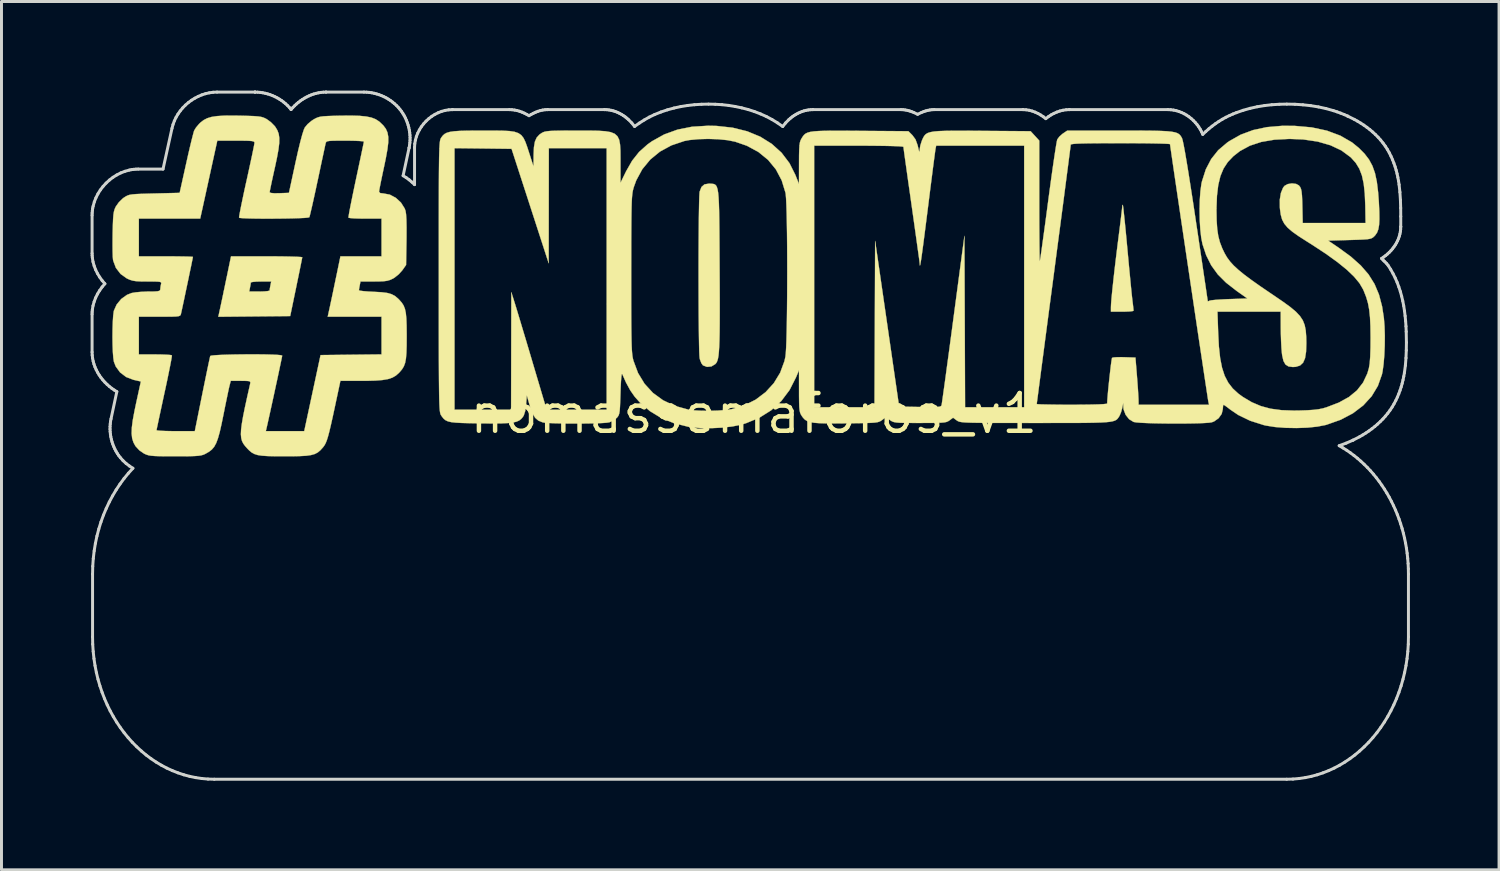
<source format=kicad_pcb>
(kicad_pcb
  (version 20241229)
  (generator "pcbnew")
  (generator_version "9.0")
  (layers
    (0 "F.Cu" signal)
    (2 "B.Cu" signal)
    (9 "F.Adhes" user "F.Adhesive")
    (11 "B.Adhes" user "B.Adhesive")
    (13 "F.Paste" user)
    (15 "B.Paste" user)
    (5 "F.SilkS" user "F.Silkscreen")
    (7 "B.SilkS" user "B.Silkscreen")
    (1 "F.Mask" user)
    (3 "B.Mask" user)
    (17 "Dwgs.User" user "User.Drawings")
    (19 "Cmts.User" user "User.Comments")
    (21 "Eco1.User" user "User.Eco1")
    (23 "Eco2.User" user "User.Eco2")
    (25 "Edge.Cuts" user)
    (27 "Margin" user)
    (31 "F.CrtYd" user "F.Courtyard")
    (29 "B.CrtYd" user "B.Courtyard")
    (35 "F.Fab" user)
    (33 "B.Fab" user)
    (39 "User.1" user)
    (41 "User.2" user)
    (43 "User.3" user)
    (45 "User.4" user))
  (footprint "nomassemaforos_v1"
    (layer "F.Cu")
    (at 22.325 10.871)
    (property "Reference" "nomassemaforos_v1" (at 0 0 0) (layer "F.SilkS") (effects (font (size 1.27 1.27) (thickness 0.15))))
    (attr through_hole)
    (fp_poly (pts (xy 12.423 -7.022) (xy 12.431 -6.977) (xy 12.446 -6.857) (xy 12.466 -6.673) (xy 12.491 -6.434) (xy 12.519 -6.151) (xy 12.549 -5.833) (xy 12.572 -5.586) (xy 12.605 -5.231) (xy 12.637 -4.888) (xy 12.668 -4.569) (xy 12.695 -4.288) (xy 12.718 -4.058) (xy 12.736 -3.892) (xy 12.743 -3.832) (xy 12.763 -3.67) (xy 12.777 -3.542) (xy 12.784 -3.469) (xy 12.785 -3.462) (xy 12.745 -3.447) (xy 12.641 -3.436) (xy 12.489 -3.43) (xy 12.404 -3.429) (xy 12.023 -3.429) (xy 12.023 -3.573) (xy 12.028 -3.696) (xy 12.044 -3.894) (xy 12.07 -4.157) (xy 12.104 -4.476) (xy 12.145 -4.842) (xy 12.193 -5.245) (xy 12.246 -5.676) (xy 12.277 -5.919) (xy 12.313 -6.202) (xy 12.345 -6.458) (xy 12.371 -6.677) (xy 12.391 -6.844) (xy 12.402 -6.948) (xy 12.404 -6.974) (xy 12.413 -7.022) (xy 12.423 -7.022)) (stroke (width 0.01) (type solid)) (fill yes) (layer "F.SilkS"))
    (fp_poly (pts (xy -16.089 -5.291) (xy -15.81 -5.288) (xy -15.571 -5.283) (xy -15.383 -5.277) (xy -15.256 -5.27) (xy -15.201 -5.261) (xy -15.2 -5.26) (xy -15.209 -5.211) (xy -15.233 -5.091) (xy -15.269 -4.913) (xy -15.315 -4.687) (xy -15.369 -4.426) (xy -15.404 -4.255) (xy -15.606 -3.281) (xy -18.026 -3.258) (xy -17.95 -3.608) (xy -17.914 -3.777) (xy -17.866 -4.004) (xy -17.845 -4.106) (xy -16.986 -4.106) (xy -16.642 -4.106) (xy -16.484 -4.111) (xy -16.364 -4.122) (xy -16.302 -4.138) (xy -16.298 -4.143) (xy -16.291 -4.208) (xy -16.272 -4.311) (xy -16.272 -4.313) (xy -16.245 -4.445) (xy -16.589 -4.445) (xy -16.748 -4.441) (xy -16.868 -4.43) (xy -16.929 -4.414) (xy -16.933 -4.408) (xy -16.941 -4.343) (xy -16.96 -4.24) (xy -16.96 -4.239) (xy -16.986 -4.106) (xy -17.845 -4.106) (xy -17.812 -4.263) (xy -17.757 -4.528) (xy -17.736 -4.625) (xy -17.598 -5.292) (xy -16.398 -5.292) (xy -16.089 -5.291)) (stroke (width 0.01) (type solid)) (fill yes) (layer "F.SilkS"))
    (fp_poly (pts (xy -1.461 -7.738) (xy -1.402 -7.734) (xy -1.351 -7.727) (xy -1.308 -7.711) (xy -1.272 -7.679) (xy -1.243 -7.626) (xy -1.219 -7.546) (xy -1.2 -7.432) (xy -1.186 -7.279) (xy -1.175 -7.079) (xy -1.167 -6.828) (xy -1.162 -6.519) (xy -1.158 -6.145) (xy -1.155 -5.702) (xy -1.152 -5.182) (xy -1.151 -4.974) (xy -1.148 -4.378) (xy -1.146 -3.861) (xy -1.146 -3.417) (xy -1.147 -3.04) (xy -1.15 -2.724) (xy -1.156 -2.463) (xy -1.164 -2.251) (xy -1.175 -2.082) (xy -1.188 -1.951) (xy -1.205 -1.852) (xy -1.226 -1.778) (xy -1.25 -1.723) (xy -1.278 -1.683) (xy -1.294 -1.666) (xy -1.425 -1.586) (xy -1.574 -1.57) (xy -1.711 -1.622) (xy -1.711 -1.622) (xy -1.765 -1.696) (xy -1.811 -1.816) (xy -1.823 -1.865) (xy -1.83 -1.946) (xy -1.837 -2.103) (xy -1.842 -2.325) (xy -1.847 -2.604) (xy -1.851 -2.931) (xy -1.855 -3.296) (xy -1.857 -3.692) (xy -1.858 -4.108) (xy -1.859 -4.536) (xy -1.859 -4.967) (xy -1.858 -5.391) (xy -1.856 -5.8) (xy -1.853 -6.185) (xy -1.85 -6.536) (xy -1.845 -6.845) (xy -1.84 -7.103) (xy -1.834 -7.3) (xy -1.827 -7.428) (xy -1.822 -7.471) (xy -1.76 -7.628) (xy -1.659 -7.715) (xy -1.506 -7.74) (xy -1.461 -7.738)) (stroke (width 0.01) (type solid)) (fill yes) (layer "F.SilkS"))
    (fp_poly (pts (xy -17.293 -10.027) (xy -17.026 -10.02) (xy -16.829 -10.013) (xy -16.687 -10.002) (xy -16.583 -9.986) (xy -16.504 -9.963) (xy -16.434 -9.931) (xy -16.394 -9.909) (xy -16.256 -9.808) (xy -16.13 -9.68) (xy -16.101 -9.642) (xy -16.036 -9.532) (xy -15.993 -9.414) (xy -15.973 -9.276) (xy -15.975 -9.105) (xy -16.001 -8.891) (xy -16.05 -8.62) (xy -16.122 -8.28) (xy -16.126 -8.266) (xy -16.18 -8.02) (xy -16.228 -7.801) (xy -16.265 -7.624) (xy -16.29 -7.502) (xy -16.298 -7.449) (xy -16.258 -7.426) (xy -16.141 -7.415) (xy -15.973 -7.417) (xy -15.648 -7.429) (xy -15.426 -8.457) (xy -15.341 -8.837) (xy -15.265 -9.15) (xy -15.2 -9.391) (xy -15.147 -9.556) (xy -15.112 -9.632) (xy -15.02 -9.742) (xy -14.89 -9.852) (xy -14.824 -9.896) (xy -14.747 -9.939) (xy -14.675 -9.97) (xy -14.593 -9.992) (xy -14.485 -10.006) (xy -14.335 -10.015) (xy -14.128 -10.022) (xy -13.923 -10.027) (xy -13.564 -10.03) (xy -13.277 -10.022) (xy -13.051 -10) (xy -12.874 -9.964) (xy -12.734 -9.91) (xy -12.62 -9.837) (xy -12.589 -9.812) (xy -12.472 -9.699) (xy -12.387 -9.586) (xy -12.331 -9.46) (xy -12.304 -9.311) (xy -12.305 -9.126) (xy -12.333 -8.893) (xy -12.386 -8.599) (xy -12.443 -8.324) (xy -12.497 -8.073) (xy -12.544 -7.848) (xy -12.581 -7.663) (xy -12.606 -7.532) (xy -12.615 -7.469) (xy -12.615 -7.467) (xy -12.576 -7.422) (xy -12.465 -7.408) (xy -12.253 -7.369) (xy -12.05 -7.261) (xy -11.877 -7.101) (xy -11.753 -6.904) (xy -11.724 -6.824) (xy -11.706 -6.714) (xy -11.694 -6.527) (xy -11.689 -6.27) (xy -11.69 -5.949) (xy -11.691 -5.835) (xy -11.705 -5.002) (xy -11.832 -4.822) (xy -11.949 -4.691) (xy -12.092 -4.576) (xy -12.146 -4.543) (xy -12.243 -4.498) (xy -12.341 -4.469) (xy -12.464 -4.453) (xy -12.634 -4.446) (xy -12.786 -4.445) (xy -13.24 -4.445) (xy -13.266 -4.313) (xy -13.285 -4.211) (xy -13.293 -4.149) (xy -13.293 -4.149) (xy -13.253 -4.135) (xy -13.145 -4.121) (xy -12.986 -4.108) (xy -12.795 -4.098) (xy -12.536 -4.084) (xy -12.343 -4.06) (xy -12.197 -4.019) (xy -12.08 -3.958) (xy -11.973 -3.868) (xy -11.93 -3.824) (xy -11.849 -3.731) (xy -11.788 -3.636) (xy -11.744 -3.525) (xy -11.714 -3.385) (xy -11.696 -3.202) (xy -11.687 -2.964) (xy -11.684 -2.657) (xy -11.684 -2.603) (xy -11.686 -2.285) (xy -11.694 -2.038) (xy -11.71 -1.848) (xy -11.738 -1.703) (xy -11.781 -1.587) (xy -11.841 -1.489) (xy -11.922 -1.393) (xy -11.95 -1.364) (xy -12.05 -1.276) (xy -12.167 -1.209) (xy -12.313 -1.16) (xy -12.501 -1.128) (xy -12.742 -1.109) (xy -13.049 -1.101) (xy -13.21 -1.101) (xy -13.916 -1.101) (xy -14.094 -0.265) (xy -14.171 0.094) (xy -14.235 0.38) (xy -14.288 0.603) (xy -14.333 0.773) (xy -14.373 0.9) (xy -14.411 0.995) (xy -14.45 1.067) (xy -14.493 1.127) (xy -14.505 1.142) (xy -14.59 1.236) (xy -14.676 1.308) (xy -14.776 1.361) (xy -14.901 1.397) (xy -15.065 1.421) (xy -15.28 1.433) (xy -15.559 1.439) (xy -15.79 1.439) (xy -16.113 1.438) (xy -16.364 1.432) (xy -16.555 1.419) (xy -16.7 1.397) (xy -16.811 1.362) (xy -16.901 1.313) (xy -16.982 1.246) (xy -17.047 1.18) (xy -17.123 1.095) (xy -17.184 1.013) (xy -17.228 0.925) (xy -17.255 0.823) (xy -17.266 0.697) (xy -17.259 0.54) (xy -17.234 0.344) (xy -17.192 0.099) (xy -17.131 -0.204) (xy -17.051 -0.571) (xy -16.953 -1.005) (xy -16.947 -1.053) (xy -16.964 -1.081) (xy -17.022 -1.095) (xy -17.135 -1.1) (xy -17.27 -1.101) (xy -17.607 -1.101) (xy -17.648 -0.942) (xy -17.67 -0.85) (xy -17.704 -0.691) (xy -17.747 -0.483) (xy -17.797 -0.241) (xy -17.845 0) (xy -17.916 0.348) (xy -17.978 0.622) (xy -18.038 0.835) (xy -18.098 0.997) (xy -18.165 1.119) (xy -18.244 1.212) (xy -18.339 1.286) (xy -18.456 1.353) (xy -18.466 1.359) (xy -18.529 1.387) (xy -18.601 1.407) (xy -18.696 1.422) (xy -18.827 1.431) (xy -19.007 1.437) (xy -19.248 1.439) (xy -19.482 1.439) (xy -19.777 1.439) (xy -20 1.436) (xy -20.166 1.43) (xy -20.287 1.42) (xy -20.377 1.405) (xy -20.449 1.382) (xy -20.517 1.352) (xy -20.525 1.348) (xy -20.682 1.24) (xy -20.813 1.099) (xy -20.819 1.09) (xy -20.885 0.968) (xy -20.927 0.832) (xy -20.944 0.67) (xy -20.937 0.47) (xy -20.905 0.221) (xy -20.847 -0.09) (xy -20.795 -0.339) (xy -20.633 -1.079) (xy -20.884 -1.136) (xy -21.129 -1.23) (xy -21.332 -1.384) (xy -21.479 -1.585) (xy -21.541 -1.746) (xy -21.561 -1.878) (xy -21.576 -2.073) (xy -21.585 -2.312) (xy -21.589 -2.574) (xy -21.586 -2.838) (xy -21.578 -3.084) (xy -21.565 -3.291) (xy -21.546 -3.438) (xy -21.541 -3.461) (xy -21.448 -3.67) (xy -21.294 -3.856) (xy -21.099 -3.996) (xy -20.944 -4.057) (xy -20.809 -4.08) (xy -20.624 -4.097) (xy -20.422 -4.106) (xy -20.365 -4.106) (xy -20.182 -4.108) (xy -20.068 -4.116) (xy -20.007 -4.132) (xy -19.983 -4.16) (xy -19.981 -4.18) (xy -19.969 -4.282) (xy -19.955 -4.35) (xy -19.946 -4.391) (xy -19.957 -4.418) (xy -19.999 -4.434) (xy -20.088 -4.442) (xy -20.236 -4.445) (xy -20.413 -4.445) (xy -20.632 -4.447) (xy -20.789 -4.455) (xy -20.905 -4.473) (xy -21.004 -4.503) (xy -21.106 -4.549) (xy -21.316 -4.699) (xy -21.473 -4.903) (xy -21.563 -5.142) (xy -21.571 -5.184) (xy -21.579 -5.286) (xy -21.584 -5.454) (xy -21.586 -5.67) (xy -21.585 -5.913) (xy -21.583 -6.078) (xy -21.576 -6.346) (xy -21.568 -6.545) (xy -21.567 -6.562) (xy -20.701 -6.562) (xy -20.701 -5.292) (xy -19.791 -5.292) (xy -19.524 -5.291) (xy -19.287 -5.288) (xy -19.094 -5.285) (xy -18.957 -5.28) (xy -18.887 -5.275) (xy -18.881 -5.272) (xy -18.889 -5.228) (xy -18.912 -5.115) (xy -18.946 -4.947) (xy -18.99 -4.74) (xy -19.038 -4.506) (xy -19.09 -4.261) (xy -19.141 -4.019) (xy -19.188 -3.794) (xy -19.23 -3.6) (xy -19.262 -3.451) (xy -19.282 -3.362) (xy -19.283 -3.355) (xy -19.294 -3.32) (xy -19.316 -3.295) (xy -19.361 -3.278) (xy -19.441 -3.267) (xy -19.57 -3.262) (xy -19.759 -3.26) (xy -20.003 -3.26) (xy -20.701 -3.26) (xy -20.701 -1.99) (xy -20.153 -1.99) (xy -19.947 -1.987) (xy -19.774 -1.981) (xy -19.649 -1.972) (xy -19.591 -1.96) (xy -19.588 -1.958) (xy -19.593 -1.91) (xy -19.613 -1.79) (xy -19.648 -1.608) (xy -19.695 -1.375) (xy -19.751 -1.102) (xy -19.816 -0.798) (xy -19.838 -0.699) (xy -19.905 -0.387) (xy -19.966 -0.103) (xy -20.019 0.143) (xy -20.061 0.342) (xy -20.091 0.483) (xy -20.105 0.554) (xy -20.106 0.561) (xy -20.067 0.572) (xy -19.958 0.581) (xy -19.793 0.588) (xy -19.586 0.592) (xy -19.463 0.593) (xy -18.817 0.593) (xy -18.567 -0.646) (xy -18.503 -0.96) (xy -18.444 -1.248) (xy -18.392 -1.5) (xy -18.349 -1.704) (xy -18.317 -1.851) (xy -18.3 -1.928) (xy -18.298 -1.937) (xy -18.252 -1.951) (xy -18.137 -1.963) (xy -17.963 -1.973) (xy -17.744 -1.981) (xy -17.492 -1.987) (xy -17.222 -1.991) (xy -16.945 -1.993) (xy -16.675 -1.992) (xy -16.425 -1.989) (xy -16.206 -1.983) (xy -16.033 -1.975) (xy -15.919 -1.964) (xy -15.875 -1.95) (xy -15.875 -1.95) (xy -15.884 -1.902) (xy -15.908 -1.785) (xy -15.945 -1.61) (xy -15.991 -1.39) (xy -16.045 -1.138) (xy -16.104 -0.866) (xy -16.164 -0.587) (xy -16.224 -0.313) (xy -16.28 -0.057) (xy -16.33 0.168) (xy -16.37 0.349) (xy -16.399 0.475) (xy -16.404 0.497) (xy -16.427 0.593) (xy -15.134 0.592) (xy -14.859 -0.688) (xy -14.584 -1.968) (xy -13.557 -1.98) (xy -12.531 -1.991) (xy -12.531 -3.26) (xy -14.343 -3.26) (xy -14.267 -3.609) (xy -14.231 -3.778) (xy -14.183 -4.004) (xy -14.129 -4.263) (xy -14.074 -4.528) (xy -14.053 -4.625) (xy -13.915 -5.292) (xy -12.531 -5.292) (xy -12.531 -6.562) (xy -13.079 -6.562) (xy -13.285 -6.564) (xy -13.458 -6.57) (xy -13.583 -6.58) (xy -13.642 -6.591) (xy -13.644 -6.593) (xy -13.64 -6.641) (xy -13.62 -6.761) (xy -13.586 -6.943) (xy -13.539 -7.177) (xy -13.483 -7.451) (xy -13.419 -7.756) (xy -13.394 -7.874) (xy -13.327 -8.188) (xy -13.266 -8.475) (xy -13.213 -8.725) (xy -13.171 -8.927) (xy -13.141 -9.071) (xy -13.126 -9.146) (xy -13.125 -9.155) (xy -13.164 -9.166) (xy -13.274 -9.175) (xy -13.438 -9.182) (xy -13.644 -9.186) (xy -13.758 -9.186) (xy -14.001 -9.186) (xy -14.174 -9.183) (xy -14.287 -9.177) (xy -14.356 -9.164) (xy -14.392 -9.144) (xy -14.408 -9.114) (xy -14.414 -9.091) (xy -14.429 -9.026) (xy -14.458 -8.89) (xy -14.5 -8.694) (xy -14.553 -8.449) (xy -14.612 -8.169) (xy -14.677 -7.863) (xy -14.686 -7.824) (xy -14.751 -7.52) (xy -14.812 -7.241) (xy -14.866 -7) (xy -14.911 -6.807) (xy -14.943 -6.673) (xy -14.961 -6.61) (xy -14.963 -6.607) (xy -15.011 -6.596) (xy -15.129 -6.585) (xy -15.306 -6.577) (xy -15.528 -6.57) (xy -15.78 -6.565) (xy -16.051 -6.562) (xy -16.326 -6.56) (xy -16.592 -6.561) (xy -16.836 -6.564) (xy -17.045 -6.569) (xy -17.205 -6.576) (xy -17.303 -6.585) (xy -17.327 -6.593) (xy -17.323 -6.641) (xy -17.302 -6.761) (xy -17.267 -6.942) (xy -17.219 -7.175) (xy -17.162 -7.447) (xy -17.096 -7.749) (xy -17.077 -7.832) (xy -17.009 -8.142) (xy -16.947 -8.428) (xy -16.893 -8.679) (xy -16.851 -8.882) (xy -16.822 -9.028) (xy -16.809 -9.105) (xy -16.808 -9.112) (xy -16.814 -9.141) (xy -16.843 -9.161) (xy -16.905 -9.174) (xy -17.016 -9.182) (xy -17.185 -9.185) (xy -17.426 -9.186) (xy -18.06 -9.186) (xy -18.285 -8.16) (xy -18.351 -7.858) (xy -18.415 -7.567) (xy -18.473 -7.302) (xy -18.522 -7.079) (xy -18.558 -6.913) (xy -18.573 -6.847) (xy -18.636 -6.562) (xy -20.701 -6.562) (xy -21.567 -6.562) (xy -21.557 -6.69) (xy -21.54 -6.796) (xy -21.517 -6.878) (xy -21.484 -6.952) (xy -21.472 -6.974) (xy -21.374 -7.112) (xy -21.244 -7.239) (xy -21.201 -7.271) (xy -21.139 -7.31) (xy -21.08 -7.34) (xy -21.012 -7.362) (xy -20.92 -7.377) (xy -20.792 -7.388) (xy -20.615 -7.396) (xy -20.375 -7.403) (xy -20.176 -7.408) (xy -19.327 -7.429) (xy -19.108 -8.416) (xy -19.044 -8.701) (xy -18.983 -8.964) (xy -18.928 -9.192) (xy -18.882 -9.372) (xy -18.85 -9.491) (xy -18.838 -9.527) (xy -18.775 -9.63) (xy -18.675 -9.748) (xy -18.626 -9.796) (xy -18.52 -9.878) (xy -18.399 -9.941) (xy -18.253 -9.985) (xy -18.068 -10.013) (xy -17.831 -10.028) (xy -17.531 -10.03) (xy -17.293 -10.027)) (stroke (width 0.01) (type solid)) (fill yes) (layer "F.SilkS"))
    (fp_poly (pts (xy -1.253 -9.682) (xy -0.714 -9.623) (xy -0.222 -9.501) (xy 0.219 -9.319) (xy 0.605 -9.078) (xy 0.934 -8.781) (xy 1.201 -8.429) (xy 1.401 -8.03) (xy 1.521 -7.726) (xy 1.523 -8.424) (xy 1.524 -8.689) (xy 1.529 -8.885) (xy 1.537 -9.017) (xy 2.032 -9.017) (xy 2.032 -0.212) (xy 4.063 -0.212) (xy 4.074 -3.011) (xy 4.085 -5.81) (xy 4.893 -0.233) (xy 5.597 -0.221) (xy 5.858 -0.218) (xy 6.046 -0.217) (xy 6.173 -0.222) (xy 6.253 -0.231) (xy 6.297 -0.248) (xy 6.318 -0.272) (xy 6.322 -0.285) (xy 6.331 -0.339) (xy 6.35 -0.469) (xy 6.378 -0.67) (xy 6.415 -0.933) (xy 6.459 -1.251) (xy 6.508 -1.618) (xy 6.564 -2.026) (xy 6.623 -2.468) (xy 6.686 -2.938) (xy 6.717 -3.171) (xy 7.091 -5.981) (xy 7.102 -3.096) (xy 7.113 -0.212) (xy 9.102 -0.212) (xy 9.102 -0.32) (xy 9.525 -0.32) (xy 9.566 -0.314) (xy 9.68 -0.308) (xy 9.858 -0.304) (xy 10.088 -0.3) (xy 10.36 -0.297) (xy 10.663 -0.296) (xy 10.71 -0.296) (xy 11.063 -0.298) (xy 11.363 -0.302) (xy 11.602 -0.308) (xy 11.774 -0.317) (xy 11.873 -0.328) (xy 11.896 -0.337) (xy 11.9 -0.435) (xy 11.912 -0.59) (xy 11.929 -0.784) (xy 11.951 -1.001) (xy 11.975 -1.225) (xy 11.999 -1.439) (xy 12.021 -1.627) (xy 12.041 -1.772) (xy 12.056 -1.859) (xy 12.061 -1.875) (xy 12.116 -1.889) (xy 12.233 -1.897) (xy 12.393 -1.898) (xy 12.471 -1.896) (xy 12.848 -1.884) (xy 12.898 -1.27) (xy 12.916 -1.034) (xy 12.932 -0.813) (xy 12.943 -0.628) (xy 12.95 -0.499) (xy 12.951 -0.476) (xy 12.954 -0.296) (xy 15.326 -0.296) (xy 15.304 -0.392) (xy 15.295 -0.444) (xy 15.275 -0.573) (xy 15.245 -0.772) (xy 15.205 -1.034) (xy 15.157 -1.352) (xy 15.102 -1.72) (xy 15.04 -2.13) (xy 14.973 -2.576) (xy 14.902 -3.051) (xy 14.828 -3.548) (xy 14.752 -4.06) (xy 14.674 -4.582) (xy 14.596 -5.105) (xy 14.519 -5.624) (xy 14.444 -6.13) (xy 14.371 -6.619) (xy 14.303 -7.082) (xy 14.239 -7.513) (xy 14.181 -7.906) (xy 14.13 -8.252) (xy 14.087 -8.547) (xy 14.053 -8.782) (xy 14.028 -8.952) (xy 14.015 -9.049) (xy 14.012 -9.069) (xy 13.972 -9.076) (xy 13.855 -9.083) (xy 13.672 -9.089) (xy 13.431 -9.094) (xy 13.142 -9.098) (xy 12.813 -9.1) (xy 12.454 -9.102) (xy 12.34 -9.102) (xy 11.903 -9.101) (xy 11.543 -9.099) (xy 11.256 -9.096) (xy 11.034 -9.091) (xy 10.87 -9.085) (xy 10.759 -9.076) (xy 10.694 -9.065) (xy 10.669 -9.052) (xy 10.668 -9.048) (xy 10.663 -9) (xy 10.647 -8.873) (xy 10.621 -8.674) (xy 10.587 -8.407) (xy 10.544 -8.079) (xy 10.494 -7.695) (xy 10.438 -7.261) (xy 10.375 -6.783) (xy 10.307 -6.265) (xy 10.234 -5.715) (xy 10.158 -5.136) (xy 10.097 -4.669) (xy 10.018 -4.074) (xy 9.942 -3.502) (xy 9.871 -2.96) (xy 9.804 -2.453) (xy 9.743 -1.986) (xy 9.687 -1.565) (xy 9.639 -1.196) (xy 9.598 -0.884) (xy 9.566 -0.635) (xy 9.542 -0.455) (xy 9.528 -0.348) (xy 9.525 -0.32) (xy 9.102 -0.32) (xy 9.102 -9.017) (xy 6.14 -9.017) (xy 6.12 -8.922) (xy 6.11 -8.861) (xy 6.092 -8.725) (xy 6.065 -8.523) (xy 6.031 -8.264) (xy 5.992 -7.956) (xy 5.947 -7.609) (xy 5.9 -7.232) (xy 5.861 -6.921) (xy 5.798 -6.426) (xy 5.745 -6.011) (xy 5.701 -5.672) (xy 5.665 -5.406) (xy 5.637 -5.207) (xy 5.615 -5.073) (xy 5.601 -4.999) (xy 5.592 -4.982) (xy 5.588 -5.017) (xy 5.588 -5.032) (xy 5.582 -5.083) (xy 5.566 -5.21) (xy 5.539 -5.403) (xy 5.504 -5.654) (xy 5.462 -5.955) (xy 5.414 -6.297) (xy 5.361 -6.671) (xy 5.313 -7.011) (xy 5.257 -7.406) (xy 5.204 -7.775) (xy 5.157 -8.11) (xy 5.116 -8.402) (xy 5.082 -8.644) (xy 5.057 -8.826) (xy 5.042 -8.94) (xy 5.038 -8.978) (xy 4.996 -8.988) (xy 4.878 -8.997) (xy 4.688 -9.004) (xy 4.434 -9.01) (xy 4.123 -9.014) (xy 3.762 -9.017) (xy 3.535 -9.017) (xy 2.032 -9.017) (xy 1.537 -9.017) (xy 1.538 -9.024) (xy 1.552 -9.123) (xy 1.574 -9.195) (xy 1.605 -9.255) (xy 1.607 -9.258) (xy 1.648 -9.324) (xy 1.69 -9.378) (xy 1.741 -9.422) (xy 1.808 -9.455) (xy 1.9 -9.481) (xy 2.026 -9.499) (xy 2.193 -9.511) (xy 2.409 -9.518) (xy 2.683 -9.52) (xy 3.023 -9.52) (xy 3.437 -9.517) (xy 3.577 -9.516) (xy 5.205 -9.504) (xy 5.338 -9.371) (xy 5.444 -9.228) (xy 5.514 -9.036) (xy 5.525 -8.99) (xy 5.555 -8.862) (xy 5.572 -8.811) (xy 5.581 -8.831) (xy 5.585 -8.89) (xy 5.606 -9.023) (xy 5.654 -9.175) (xy 5.672 -9.22) (xy 5.707 -9.294) (xy 5.744 -9.355) (xy 5.79 -9.404) (xy 5.854 -9.443) (xy 5.943 -9.472) (xy 6.066 -9.494) (xy 6.23 -9.508) (xy 6.443 -9.516) (xy 6.713 -9.52) (xy 7.048 -9.52) (xy 7.456 -9.518) (xy 7.689 -9.516) (xy 9.32 -9.504) (xy 9.61 -9.188) (xy 9.61 -7.148) (xy 9.61 -6.742) (xy 9.611 -6.364) (xy 9.613 -6.022) (xy 9.615 -5.723) (xy 9.618 -5.476) (xy 9.621 -5.289) (xy 9.624 -5.17) (xy 9.628 -5.127) (xy 9.628 -5.127) (xy 9.637 -5.171) (xy 9.656 -5.291) (xy 9.684 -5.479) (xy 9.718 -5.726) (xy 9.759 -6.023) (xy 9.806 -6.364) (xy 9.856 -6.738) (xy 9.908 -7.134) (xy 9.962 -7.538) (xy 10.014 -7.919) (xy 10.063 -8.268) (xy 10.108 -8.577) (xy 10.147 -8.835) (xy 10.179 -9.036) (xy 10.203 -9.17) (xy 10.217 -9.227) (xy 10.284 -9.319) (xy 10.388 -9.413) (xy 10.41 -9.428) (xy 10.554 -9.525) (xy 12.305 -9.525) (xy 12.766 -9.525) (xy 13.15 -9.523) (xy 13.464 -9.52) (xy 13.716 -9.513) (xy 13.915 -9.503) (xy 14.066 -9.487) (xy 14.18 -9.466) (xy 14.261 -9.438) (xy 14.32 -9.402) (xy 14.362 -9.358) (xy 14.397 -9.304) (xy 14.416 -9.268) (xy 14.438 -9.194) (xy 14.471 -9.039) (xy 14.515 -8.804) (xy 14.568 -8.492) (xy 14.632 -8.105) (xy 14.704 -7.646) (xy 14.786 -7.117) (xy 14.876 -6.52) (xy 14.884 -6.463) (xy 14.954 -5.998) (xy 15.019 -5.558) (xy 15.08 -5.151) (xy 15.134 -4.783) (xy 15.182 -4.462) (xy 15.222 -4.194) (xy 15.252 -3.986) (xy 15.273 -3.847) (xy 15.282 -3.782) (xy 15.282 -3.778) (xy 15.311 -3.783) (xy 15.335 -3.797) (xy 15.395 -3.811) (xy 15.522 -3.825) (xy 15.701 -3.838) (xy 15.915 -3.849) (xy 16.002 -3.852) (xy 16.616 -3.873) (xy 16.256 -4.127) (xy 15.901 -4.403) (xy 15.619 -4.685) (xy 15.399 -4.989) (xy 15.229 -5.33) (xy 15.105 -5.702) (xy 15.062 -5.921) (xy 15.031 -6.201) (xy 15.012 -6.52) (xy 15.007 -6.838) (xy 15.576 -6.838) (xy 15.582 -6.493) (xy 15.601 -6.212) (xy 15.636 -5.976) (xy 15.691 -5.767) (xy 15.769 -5.564) (xy 15.773 -5.555) (xy 15.848 -5.399) (xy 15.931 -5.256) (xy 16.032 -5.119) (xy 16.157 -4.981) (xy 16.315 -4.836) (xy 16.512 -4.675) (xy 16.756 -4.493) (xy 17.056 -4.281) (xy 17.419 -4.034) (xy 17.505 -3.976) (xy 17.815 -3.764) (xy 18.06 -3.586) (xy 18.248 -3.429) (xy 18.386 -3.282) (xy 18.483 -3.135) (xy 18.545 -2.977) (xy 18.581 -2.795) (xy 18.597 -2.58) (xy 18.601 -2.371) (xy 18.592 -2.08) (xy 18.557 -1.862) (xy 18.491 -1.711) (xy 18.389 -1.617) (xy 18.248 -1.573) (xy 18.147 -1.566) (xy 18.001 -1.585) (xy 17.899 -1.65) (xy 17.83 -1.772) (xy 17.787 -1.962) (xy 17.778 -2.033) (xy 17.763 -2.205) (xy 17.751 -2.431) (xy 17.743 -2.679) (xy 17.74 -2.889) (xy 17.738 -3.429) (xy 15.609 -3.429) (xy 15.633 -2.72) (xy 15.657 -2.257) (xy 15.699 -1.868) (xy 15.763 -1.543) (xy 15.852 -1.27) (xy 15.971 -1.041) (xy 16.123 -0.844) (xy 16.312 -0.67) (xy 16.469 -0.556) (xy 16.766 -0.38) (xy 17.07 -0.251) (xy 17.395 -0.163) (xy 17.76 -0.114) (xy 18.182 -0.099) (xy 18.352 -0.101) (xy 18.628 -0.11) (xy 18.841 -0.124) (xy 19.011 -0.144) (xy 19.157 -0.174) (xy 19.283 -0.211) (xy 19.698 -0.37) (xy 20.037 -0.558) (xy 20.306 -0.78) (xy 20.51 -1.042) (xy 20.654 -1.347) (xy 20.706 -1.524) (xy 20.733 -1.683) (xy 20.751 -1.916) (xy 20.761 -2.228) (xy 20.763 -2.561) (xy 20.758 -2.935) (xy 20.744 -3.24) (xy 20.717 -3.495) (xy 20.676 -3.715) (xy 20.617 -3.918) (xy 20.538 -4.119) (xy 20.509 -4.184) (xy 20.389 -4.389) (xy 20.207 -4.608) (xy 19.961 -4.844) (xy 19.646 -5.099) (xy 19.26 -5.377) (xy 18.799 -5.68) (xy 18.627 -5.788) (xy 18.346 -5.968) (xy 18.131 -6.12) (xy 17.972 -6.256) (xy 17.86 -6.389) (xy 17.786 -6.529) (xy 17.741 -6.689) (xy 17.714 -6.881) (xy 17.709 -6.938) (xy 17.707 -7.199) (xy 17.745 -7.426) (xy 17.817 -7.601) (xy 17.867 -7.665) (xy 17.975 -7.724) (xy 18.117 -7.747) (xy 18.256 -7.73) (xy 18.348 -7.681) (xy 18.39 -7.63) (xy 18.42 -7.566) (xy 18.44 -7.474) (xy 18.454 -7.338) (xy 18.463 -7.144) (xy 18.468 -6.921) (xy 18.479 -6.413) (xy 20.595 -6.413) (xy 20.585 -6.998) (xy 20.568 -7.403) (xy 20.532 -7.738) (xy 20.472 -8.013) (xy 20.384 -8.242) (xy 20.265 -8.437) (xy 20.111 -8.609) (xy 20.087 -8.632) (xy 19.782 -8.857) (xy 19.413 -9.031) (xy 18.983 -9.155) (xy 18.496 -9.227) (xy 18.034 -9.245) (xy 17.529 -9.219) (xy 17.087 -9.144) (xy 16.703 -9.018) (xy 16.369 -8.838) (xy 16.143 -8.661) (xy 15.958 -8.467) (xy 15.814 -8.248) (xy 15.708 -7.993) (xy 15.635 -7.69) (xy 15.592 -7.329) (xy 15.576 -6.899) (xy 15.576 -6.838) (xy 15.007 -6.838) (xy 15.007 -6.856) (xy 15.014 -7.185) (xy 15.035 -7.485) (xy 15.069 -7.734) (xy 15.086 -7.811) (xy 15.217 -8.22) (xy 15.398 -8.567) (xy 15.634 -8.864) (xy 15.935 -9.12) (xy 16.011 -9.172) (xy 16.391 -9.387) (xy 16.808 -9.542) (xy 17.271 -9.641) (xy 17.786 -9.685) (xy 18.203 -9.684) (xy 18.778 -9.633) (xy 19.293 -9.523) (xy 19.746 -9.354) (xy 20.139 -9.127) (xy 20.371 -8.938) (xy 20.561 -8.746) (xy 20.711 -8.55) (xy 20.826 -8.336) (xy 20.912 -8.092) (xy 20.974 -7.802) (xy 21.017 -7.452) (xy 21.042 -7.12) (xy 21.057 -6.795) (xy 21.06 -6.542) (xy 21.05 -6.348) (xy 21.024 -6.202) (xy 20.982 -6.091) (xy 20.921 -6.002) (xy 20.894 -5.973) (xy 20.851 -5.933) (xy 20.806 -5.904) (xy 20.744 -5.883) (xy 20.653 -5.868) (xy 20.518 -5.858) (xy 20.326 -5.85) (xy 20.064 -5.842) (xy 20.061 -5.842) (xy 19.337 -5.821) (xy 19.695 -5.578) (xy 20.101 -5.281) (xy 20.431 -4.987) (xy 20.694 -4.684) (xy 20.896 -4.361) (xy 21.046 -4.006) (xy 21.151 -3.606) (xy 21.211 -3.215) (xy 21.233 -2.94) (xy 21.243 -2.625) (xy 21.24 -2.292) (xy 21.226 -1.965) (xy 21.201 -1.665) (xy 21.167 -1.416) (xy 21.146 -1.316) (xy 21.009 -0.93) (xy 20.799 -0.582) (xy 20.518 -0.274) (xy 20.17 -0.009) (xy 19.759 0.208) (xy 19.29 0.374) (xy 19.241 0.388) (xy 18.965 0.441) (xy 18.634 0.475) (xy 18.27 0.488) (xy 17.901 0.481) (xy 17.551 0.454) (xy 17.245 0.406) (xy 17.171 0.389) (xy 16.708 0.242) (xy 16.308 0.048) (xy 16.048 -0.128) (xy 15.935 -0.215) (xy 15.85 -0.276) (xy 15.813 -0.296) (xy 15.798 -0.259) (xy 15.79 -0.168) (xy 15.79 -0.151) (xy 15.751 0.012) (xy 15.647 0.158) (xy 15.496 0.265) (xy 15.417 0.295) (xy 15.322 0.309) (xy 15.157 0.32) (xy 14.937 0.329) (xy 14.676 0.334) (xy 14.388 0.337) (xy 14.087 0.337) (xy 13.787 0.334) (xy 13.501 0.329) (xy 13.244 0.321) (xy 13.03 0.311) (xy 12.873 0.298) (xy 12.786 0.283) (xy 12.635 0.191) (xy 12.517 0.042) (xy 12.45 -0.135) (xy 12.441 -0.207) (xy 12.437 -0.36) (xy 12.402 -0.182) (xy 12.363 -0.043) (xy 12.312 0.077) (xy 12.3 0.096) (xy 12.271 0.141) (xy 12.241 0.179) (xy 12.204 0.212) (xy 12.154 0.238) (xy 12.084 0.26) (xy 11.988 0.278) (xy 11.86 0.291) (xy 11.692 0.301) (xy 11.478 0.308) (xy 11.213 0.313) (xy 10.889 0.316) (xy 10.5 0.317) (xy 10.039 0.317) (xy 9.5 0.318) (xy 9.48 0.318) (xy 8.954 0.317) (xy 8.506 0.317) (xy 8.13 0.316) (xy 7.818 0.315) (xy 7.565 0.312) (xy 7.363 0.309) (xy 7.206 0.304) (xy 7.087 0.298) (xy 7 0.289) (xy 6.938 0.279) (xy 6.895 0.266) (xy 6.863 0.251) (xy 6.836 0.233) (xy 6.829 0.229) (xy 6.709 0.14) (xy 6.59 0.229) (xy 6.545 0.258) (xy 6.494 0.281) (xy 6.424 0.297) (xy 6.323 0.307) (xy 6.179 0.313) (xy 5.979 0.316) (xy 5.711 0.317) (xy 5.595 0.318) (xy 5.301 0.317) (xy 5.079 0.315) (xy 4.916 0.311) (xy 4.801 0.302) (xy 4.72 0.288) (xy 4.662 0.268) (xy 4.613 0.24) (xy 4.584 0.22) (xy 4.447 0.123) (xy 4.316 0.22) (xy 4.272 0.25) (xy 4.226 0.273) (xy 4.166 0.291) (xy 4.08 0.304) (xy 3.959 0.313) (xy 3.791 0.319) (xy 3.564 0.324) (xy 3.269 0.328) (xy 3.117 0.33) (xy 2.743 0.333) (xy 2.444 0.332) (xy 2.21 0.325) (xy 2.03 0.311) (xy 1.895 0.287) (xy 1.796 0.252) (xy 1.721 0.206) (xy 1.662 0.145) (xy 1.621 0.089) (xy 1.585 0.031) (xy 1.559 -0.03) (xy 1.542 -0.109) (xy 1.531 -0.22) (xy 1.526 -0.377) (xy 1.523 -0.597) (xy 1.523 -0.758) (xy 1.522 -1.46) (xy 1.423 -1.221) (xy 1.204 -0.791) (xy 0.925 -0.42) (xy 0.587 -0.11) (xy 0.19 0.139) (xy -0.265 0.327) (xy -0.445 0.38) (xy -0.726 0.436) (xy -1.059 0.474) (xy -1.415 0.492) (xy -1.765 0.49) (xy -2.077 0.465) (xy -2.206 0.445) (xy -2.692 0.323) (xy -3.117 0.15) (xy -3.494 -0.08) (xy -3.834 -0.372) (xy -3.838 -0.376) (xy -4.009 -0.568) (xy -4.159 -0.783) (xy -4.3 -1.042) (xy -4.43 -1.333) (xy -4.445 -1.326) (xy -4.458 -1.24) (xy -4.471 -1.081) (xy -4.482 -0.854) (xy -4.487 -0.691) (xy -4.496 -0.426) (xy -4.504 -0.232) (xy -4.514 -0.095) (xy -4.529 -0.002) (xy -4.55 0.061) (xy -4.579 0.108) (xy -4.611 0.145) (xy -4.726 0.233) (xy -4.861 0.295) (xy -4.865 0.296) (xy -4.959 0.31) (xy -5.121 0.321) (xy -5.336 0.329) (xy -5.589 0.334) (xy -5.865 0.337) (xy -6.147 0.337) (xy -6.42 0.334) (xy -6.669 0.329) (xy -6.878 0.32) (xy -7.031 0.309) (xy -7.108 0.297) (xy -7.251 0.238) (xy -7.36 0.144) (xy -7.447 0.000318) (xy -7.524 -0.209) (xy -7.542 -0.268) (xy -7.641 -0.614) (xy -7.665 -0.306) (xy -7.694 -0.088) (xy -7.742 0.063) (xy -7.775 0.117) (xy -7.832 0.184) (xy -7.901 0.236) (xy -7.991 0.275) (xy -8.112 0.303) (xy -8.275 0.321) (xy -8.49 0.331) (xy -8.767 0.334) (xy -9.116 0.332) (xy -9.209 0.331) (xy -9.552 0.325) (xy -9.821 0.318) (xy -10.027 0.307) (xy -10.181 0.29) (xy -10.293 0.264) (xy -10.376 0.226) (xy -10.438 0.176) (xy -10.492 0.11) (xy -10.53 0.054) (xy -10.542 0.032) (xy -10.552 0.002) (xy -10.561 -0.041) (xy -10.57 -0.103) (xy -10.572 -0.127) (xy -10.075 -0.127) (xy -8.17 -0.127) (xy -8.166 -2.106) (xy -8.162 -4.085) (xy -8.042 -3.704) (xy -8.003 -3.577) (xy -7.943 -3.38) (xy -7.866 -3.125) (xy -7.776 -2.824) (xy -7.675 -2.489) (xy -7.568 -2.13) (xy -7.458 -1.76) (xy -7.448 -1.725) (xy -6.973 -0.127) (xy -4.953 -0.127) (xy -4.953 -4.154) (xy -4.126 -4.154) (xy -4.126 -3.687) (xy -4.125 -3.291) (xy -4.123 -2.959) (xy -4.12 -2.685) (xy -4.116 -2.461) (xy -4.111 -2.281) (xy -4.104 -2.138) (xy -4.095 -2.025) (xy -4.085 -1.936) (xy -4.072 -1.863) (xy -4.057 -1.8) (xy -4.053 -1.783) (xy -3.897 -1.365) (xy -3.677 -1.002) (xy -3.395 -0.695) (xy -3.053 -0.446) (xy -2.654 -0.257) (xy -2.198 -0.131) (xy -2.198 -0.131) (xy -2.011 -0.107) (xy -1.766 -0.094) (xy -1.492 -0.091) (xy -1.215 -0.099) (xy -0.962 -0.117) (xy -0.76 -0.144) (xy -0.741 -0.148) (xy -0.316 -0.276) (xy 0.066 -0.469) (xy 0.399 -0.721) (xy 0.675 -1.024) (xy 0.888 -1.374) (xy 1.031 -1.761) (xy 1.065 -1.913) (xy 1.077 -2.027) (xy 1.089 -2.214) (xy 1.099 -2.467) (xy 1.107 -2.774) (xy 1.114 -3.126) (xy 1.119 -3.514) (xy 1.123 -3.928) (xy 1.125 -4.358) (xy 1.126 -4.795) (xy 1.125 -5.23) (xy 1.123 -5.651) (xy 1.119 -6.051) (xy 1.113 -6.419) (xy 1.106 -6.746) (xy 1.097 -7.023) (xy 1.087 -7.238) (xy 1.075 -7.384) (xy 1.068 -7.429) (xy 0.94 -7.848) (xy 0.744 -8.219) (xy 0.481 -8.539) (xy 0.155 -8.805) (xy -0.231 -9.014) (xy -0.629 -9.152) (xy -0.888 -9.203) (xy -1.199 -9.234) (xy -1.535 -9.245) (xy -1.866 -9.236) (xy -2.164 -9.207) (xy -2.338 -9.174) (xy -2.774 -9.027) (xy -3.158 -8.818) (xy -3.486 -8.549) (xy -3.753 -8.225) (xy -3.956 -7.851) (xy -4.037 -7.629) (xy -4.055 -7.568) (xy -4.07 -7.507) (xy -4.083 -7.437) (xy -4.093 -7.353) (xy -4.102 -7.247) (xy -4.109 -7.113) (xy -4.114 -6.943) (xy -4.118 -6.731) (xy -4.121 -6.47) (xy -4.123 -6.153) (xy -4.125 -5.773) (xy -4.125 -5.323) (xy -4.126 -4.797) (xy -4.126 -4.699) (xy -4.126 -4.154) (xy -4.953 -4.154) (xy -4.953 -8.932) (xy -6.9 -8.932) (xy -6.902 -6.996) (xy -6.904 -5.059) (xy -7.529 -6.985) (xy -8.154 -8.911) (xy -9.115 -8.923) (xy -10.075 -8.934) (xy -10.075 -0.127) (xy -10.572 -0.127) (xy -10.577 -0.188) (xy -10.583 -0.3) (xy -10.588 -0.445) (xy -10.592 -0.627) (xy -10.595 -0.852) (xy -10.598 -1.123) (xy -10.6 -1.446) (xy -10.602 -1.826) (xy -10.603 -2.268) (xy -10.604 -2.775) (xy -10.604 -3.354) (xy -10.604 -4.008) (xy -10.604 -4.612) (xy -10.604 -5.332) (xy -10.604 -5.971) (xy -10.604 -6.536) (xy -10.603 -7.03) (xy -10.602 -7.459) (xy -10.601 -7.828) (xy -10.599 -8.141) (xy -10.596 -8.403) (xy -10.593 -8.619) (xy -10.588 -8.794) (xy -10.583 -8.933) (xy -10.577 -9.041) (xy -10.57 -9.122) (xy -10.562 -9.181) (xy -10.552 -9.223) (xy -10.541 -9.253) (xy -10.529 -9.276) (xy -10.522 -9.287) (xy -10.47 -9.356) (xy -10.411 -9.41) (xy -10.334 -9.451) (xy -10.23 -9.481) (xy -10.087 -9.502) (xy -9.897 -9.515) (xy -9.649 -9.522) (xy -9.332 -9.525) (xy -9.114 -9.525) (xy -8.748 -9.525) (xy -8.456 -9.521) (xy -8.229 -9.51) (xy -8.054 -9.484) (xy -7.924 -9.439) (xy -7.826 -9.371) (xy -7.75 -9.273) (xy -7.687 -9.14) (xy -7.625 -8.968) (xy -7.555 -8.751) (xy -7.552 -8.742) (xy -7.416 -8.319) (xy -7.412 -8.712) (xy -7.401 -8.965) (xy -7.369 -9.151) (xy -7.31 -9.287) (xy -7.218 -9.389) (xy -7.142 -9.442) (xy -7.094 -9.468) (xy -7.038 -9.488) (xy -6.962 -9.502) (xy -6.856 -9.513) (xy -6.709 -9.519) (xy -6.508 -9.523) (xy -6.244 -9.524) (xy -5.957 -9.525) (xy -5.566 -9.525) (xy -5.251 -9.52) (xy -5.004 -9.504) (xy -4.817 -9.473) (xy -4.682 -9.418) (xy -4.59 -9.335) (xy -4.532 -9.217) (xy -4.502 -9.058) (xy -4.489 -8.853) (xy -4.487 -8.595) (xy -4.487 -8.458) (xy -4.487 -7.768) (xy -4.299 -8.153) (xy -4.095 -8.511) (xy -3.861 -8.806) (xy -3.579 -9.058) (xy -3.427 -9.166) (xy -3.016 -9.395) (xy -2.569 -9.557) (xy -2.078 -9.655) (xy -1.539 -9.688) (xy -1.253 -9.682)) (stroke (width 0.01) (type solid)) (fill yes) (layer "F.SilkS"))
    (fp_line (start -22.275 -6.676) (end -22.275 -5.39) (stroke (width 0.1) (type solid)) (layer "Edge.Cuts"))
    (fp_line (start -22.275 -5.39) (end -22.273 -5.319) (stroke (width 0.1) (type solid)) (layer "Edge.Cuts"))
    (fp_line (start -22.275 -3.346) (end -22.275 -2.067) (stroke (width 0.1) (type solid)) (layer "Edge.Cuts"))
    (fp_line (start -22.275 -2.067) (end -22.271 -1.964) (stroke (width 0.1) (type solid)) (layer "Edge.Cuts"))
    (fp_line (start -22.273 -3.418) (end -22.275 -3.346) (stroke (width 0.1) (type solid)) (layer "Edge.Cuts"))
    (fp_line (start -22.273 -5.319) (end -22.267 -5.248) (stroke (width 0.1) (type solid)) (layer "Edge.Cuts"))
    (fp_line (start -22.273 -6.752) (end -22.275 -6.676) (stroke (width 0.1) (type solid)) (layer "Edge.Cuts"))
    (fp_line (start -22.271 -1.964) (end -22.258 -1.862) (stroke (width 0.1) (type solid)) (layer "Edge.Cuts"))
    (fp_line (start -22.267 -3.489) (end -22.273 -3.418) (stroke (width 0.1) (type solid)) (layer "Edge.Cuts"))
    (fp_line (start -22.267 -5.248) (end -22.244 -5.109) (stroke (width 0.1) (type solid)) (layer "Edge.Cuts"))
    (fp_line (start -22.266 -6.828) (end -22.273 -6.752) (stroke (width 0.1) (type solid)) (layer "Edge.Cuts"))
    (fp_line (start -22.259 5.406) (end -22.259 7.518) (stroke (width 0.1) (type solid)) (layer "Edge.Cuts"))
    (fp_line (start -22.259 7.518) (end -22.254 7.765) (stroke (width 0.1) (type solid)) (layer "Edge.Cuts"))
    (fp_line (start -22.258 -1.862) (end -22.239 -1.762) (stroke (width 0.1) (type solid)) (layer "Edge.Cuts"))
    (fp_line (start -22.256 -6.903) (end -22.266 -6.828) (stroke (width 0.1) (type solid)) (layer "Edge.Cuts"))
    (fp_line (start -22.254 7.765) (end -22.238 8.009) (stroke (width 0.1) (type solid)) (layer "Edge.Cuts"))
    (fp_line (start -22.253 5.141) (end -22.259 5.406) (stroke (width 0.1) (type solid)) (layer "Edge.Cuts"))
    (fp_line (start -22.244 -3.628) (end -22.267 -3.489) (stroke (width 0.1) (type solid)) (layer "Edge.Cuts"))
    (fp_line (start -22.244 -5.109) (end -22.206 -4.973) (stroke (width 0.1) (type solid)) (layer "Edge.Cuts"))
    (fp_line (start -22.241 -6.976) (end -22.256 -6.903) (stroke (width 0.1) (type solid)) (layer "Edge.Cuts"))
    (fp_line (start -22.239 -1.762) (end -22.212 -1.664) (stroke (width 0.1) (type solid)) (layer "Edge.Cuts"))
    (fp_line (start -22.238 8.009) (end -22.212 8.25) (stroke (width 0.1) (type solid)) (layer "Edge.Cuts"))
    (fp_line (start -22.235 4.881) (end -22.253 5.141) (stroke (width 0.1) (type solid)) (layer "Edge.Cuts"))
    (fp_line (start -22.212 8.25) (end -22.176 8.486) (stroke (width 0.1) (type solid)) (layer "Edge.Cuts"))
    (fp_line (start -22.212 -1.664) (end -22.178 -1.568) (stroke (width 0.1) (type solid)) (layer "Edge.Cuts"))
    (fp_line (start -22.206 -3.764) (end -22.244 -3.628) (stroke (width 0.1) (type solid)) (layer "Edge.Cuts"))
    (fp_line (start -22.206 -4.973) (end -22.156 -4.841) (stroke (width 0.1) (type solid)) (layer "Edge.Cuts"))
    (fp_line (start -22.205 4.625) (end -22.235 4.881) (stroke (width 0.1) (type solid)) (layer "Edge.Cuts"))
    (fp_line (start -22.201 -7.122) (end -22.241 -6.976) (stroke (width 0.1) (type solid)) (layer "Edge.Cuts"))
    (fp_line (start -22.178 -1.568) (end -22.137 -1.475) (stroke (width 0.1) (type solid)) (layer "Edge.Cuts"))
    (fp_line (start -22.176 8.486) (end -22.131 8.718) (stroke (width 0.1) (type solid)) (layer "Edge.Cuts"))
    (fp_line (start -22.164 4.373) (end -22.205 4.625) (stroke (width 0.1) (type solid)) (layer "Edge.Cuts"))
    (fp_line (start -22.156 -3.896) (end -22.206 -3.764) (stroke (width 0.1) (type solid)) (layer "Edge.Cuts"))
    (fp_line (start -22.156 -4.841) (end -22.094 -4.714) (stroke (width 0.1) (type solid)) (layer "Edge.Cuts"))
    (fp_line (start -22.146 -7.262) (end -22.201 -7.122) (stroke (width 0.1) (type solid)) (layer "Edge.Cuts"))
    (fp_line (start -22.137 -1.475) (end -22.09 -1.385) (stroke (width 0.1) (type solid)) (layer "Edge.Cuts"))
    (fp_line (start -22.131 8.718) (end -22.076 8.946) (stroke (width 0.1) (type solid)) (layer "Edge.Cuts"))
    (fp_line (start -22.112 4.126) (end -22.164 4.373) (stroke (width 0.1) (type solid)) (layer "Edge.Cuts"))
    (fp_line (start -22.094 -4.023) (end -22.156 -3.896) (stroke (width 0.1) (type solid)) (layer "Edge.Cuts"))
    (fp_line (start -22.094 -4.714) (end -22.02 -4.593) (stroke (width 0.1) (type solid)) (layer "Edge.Cuts"))
    (fp_line (start -22.09 -1.385) (end -22.037 -1.297) (stroke (width 0.1) (type solid)) (layer "Edge.Cuts"))
    (fp_line (start -22.078 -7.397) (end -22.146 -7.262) (stroke (width 0.1) (type solid)) (layer "Edge.Cuts"))
    (fp_line (start -22.076 8.946) (end -22.011 9.169) (stroke (width 0.1) (type solid)) (layer "Edge.Cuts"))
    (fp_line (start -22.049 3.885) (end -22.112 4.126) (stroke (width 0.1) (type solid)) (layer "Edge.Cuts"))
    (fp_line (start -22.037 -1.297) (end -21.979 -1.213) (stroke (width 0.1) (type solid)) (layer "Edge.Cuts"))
    (fp_line (start -22.02 -4.144) (end -22.094 -4.023) (stroke (width 0.1) (type solid)) (layer "Edge.Cuts"))
    (fp_line (start -22.02 -4.593) (end -21.937 -4.477) (stroke (width 0.1) (type solid)) (layer "Edge.Cuts"))
    (fp_line (start -22.011 9.169) (end -21.938 9.387) (stroke (width 0.1) (type solid)) (layer "Edge.Cuts"))
    (fp_line (start -21.998 -7.525) (end -22.078 -7.397) (stroke (width 0.1) (type solid)) (layer "Edge.Cuts"))
    (fp_line (start -21.979 -1.213) (end -21.915 -1.132) (stroke (width 0.1) (type solid)) (layer "Edge.Cuts"))
    (fp_line (start -21.976 3.65) (end -22.049 3.885) (stroke (width 0.1) (type solid)) (layer "Edge.Cuts"))
    (fp_line (start -21.938 9.387) (end -21.856 9.599) (stroke (width 0.1) (type solid)) (layer "Edge.Cuts"))
    (fp_line (start -21.937 -4.26) (end -22.02 -4.144) (stroke (width 0.1) (type solid)) (layer "Edge.Cuts"))
    (fp_line (start -21.937 -4.477) (end -21.844 -4.369) (stroke (width 0.1) (type solid)) (layer "Edge.Cuts"))
    (fp_line (start -21.915 -1.132) (end -21.846 -1.055) (stroke (width 0.1) (type solid)) (layer "Edge.Cuts"))
    (fp_line (start -21.906 -7.645) (end -21.998 -7.525) (stroke (width 0.1) (type solid)) (layer "Edge.Cuts"))
    (fp_line (start -21.893 3.42) (end -21.976 3.65) (stroke (width 0.1) (type solid)) (layer "Edge.Cuts"))
    (fp_line (start -21.856 9.599) (end -21.766 9.806) (stroke (width 0.1) (type solid)) (layer "Edge.Cuts"))
    (fp_line (start -21.846 -1.055) (end -21.773 -0.983) (stroke (width 0.1) (type solid)) (layer "Edge.Cuts"))
    (fp_line (start -21.844 -4.369) (end -21.937 -4.26) (stroke (width 0.1) (type solid)) (layer "Edge.Cuts"))
    (fp_line (start -21.803 -7.757) (end -21.906 -7.645) (stroke (width 0.1) (type solid)) (layer "Edge.Cuts"))
    (fp_line (start -21.799 3.197) (end -21.893 3.42) (stroke (width 0.1) (type solid)) (layer "Edge.Cuts"))
    (fp_line (start -21.773 -0.983) (end -21.696 -0.914) (stroke (width 0.1) (type solid)) (layer "Edge.Cuts"))
    (fp_line (start -21.766 9.806) (end -21.668 10.007) (stroke (width 0.1) (type solid)) (layer "Edge.Cuts"))
    (fp_line (start -21.697 2.98) (end -21.799 3.197) (stroke (width 0.1) (type solid)) (layer "Edge.Cuts"))
    (fp_line (start -21.696 -0.914) (end -21.615 -0.85) (stroke (width 0.1) (type solid)) (layer "Edge.Cuts"))
    (fp_line (start -21.691 -7.86) (end -21.803 -7.757) (stroke (width 0.1) (type solid)) (layer "Edge.Cuts"))
    (fp_line (start -21.671 0.524) (end -21.667 0.61) (stroke (width 0.1) (type solid)) (layer "Edge.Cuts"))
    (fp_line (start -21.67 0.438) (end -21.671 0.524) (stroke (width 0.1) (type solid)) (layer "Edge.Cuts"))
    (fp_line (start -21.668 10.007) (end -21.561 10.201) (stroke (width 0.1) (type solid)) (layer "Edge.Cuts"))
    (fp_line (start -21.667 0.61) (end -21.658 0.696) (stroke (width 0.1) (type solid)) (layer "Edge.Cuts"))
    (fp_line (start -21.664 0.352) (end -21.67 0.438) (stroke (width 0.1) (type solid)) (layer "Edge.Cuts"))
    (fp_line (start -21.658 0.696) (end -21.645 0.781) (stroke (width 0.1) (type solid)) (layer "Edge.Cuts"))
    (fp_line (start -21.654 0.266) (end -21.664 0.352) (stroke (width 0.1) (type solid)) (layer "Edge.Cuts"))
    (fp_line (start -21.645 0.781) (end -21.627 0.866) (stroke (width 0.1) (type solid)) (layer "Edge.Cuts"))
    (fp_line (start -21.638 0.181) (end -21.654 0.266) (stroke (width 0.1) (type solid)) (layer "Edge.Cuts"))
    (fp_line (start -21.627 0.866) (end -21.605 0.949) (stroke (width 0.1) (type solid)) (layer "Edge.Cuts"))
    (fp_line (start -21.615 -0.85) (end -21.53 -0.791) (stroke (width 0.1) (type solid)) (layer "Edge.Cuts"))
    (fp_line (start -21.605 0.949) (end -21.578 1.031) (stroke (width 0.1) (type solid)) (layer "Edge.Cuts"))
    (fp_line (start -21.585 2.771) (end -21.697 2.98) (stroke (width 0.1) (type solid)) (layer "Edge.Cuts"))
    (fp_line (start -21.578 1.031) (end -21.546 1.112) (stroke (width 0.1) (type solid)) (layer "Edge.Cuts"))
    (fp_line (start -21.571 -7.952) (end -21.691 -7.86) (stroke (width 0.1) (type solid)) (layer "Edge.Cuts"))
    (fp_line (start -21.561 10.201) (end -21.447 10.389) (stroke (width 0.1) (type solid)) (layer "Edge.Cuts"))
    (fp_line (start -21.546 1.112) (end -21.511 1.19) (stroke (width 0.1) (type solid)) (layer "Edge.Cuts"))
    (fp_line (start -21.53 -0.791) (end -21.442 -0.737) (stroke (width 0.1) (type solid)) (layer "Edge.Cuts"))
    (fp_line (start -21.511 1.19) (end -21.471 1.267) (stroke (width 0.1) (type solid)) (layer "Edge.Cuts"))
    (fp_line (start -21.471 1.267) (end -21.427 1.341) (stroke (width 0.1) (type solid)) (layer "Edge.Cuts"))
    (fp_line (start -21.465 2.569) (end -21.585 2.771) (stroke (width 0.1) (type solid)) (layer "Edge.Cuts"))
    (fp_line (start -21.447 10.389) (end -21.326 10.57) (stroke (width 0.1) (type solid)) (layer "Edge.Cuts"))
    (fp_line (start -21.443 -8.032) (end -21.571 -7.952) (stroke (width 0.1) (type solid)) (layer "Edge.Cuts"))
    (fp_line (start -21.442 -0.737) (end -21.638 0.181) (stroke (width 0.1) (type solid)) (layer "Edge.Cuts"))
    (fp_line (start -21.427 1.341) (end -21.379 1.413) (stroke (width 0.1) (type solid)) (layer "Edge.Cuts"))
    (fp_line (start -21.379 1.413) (end -21.326 1.481) (stroke (width 0.1) (type solid)) (layer "Edge.Cuts"))
    (fp_line (start -21.336 2.375) (end -21.465 2.569) (stroke (width 0.1) (type solid)) (layer "Edge.Cuts"))
    (fp_line (start -21.326 1.481) (end -21.233 1.586) (stroke (width 0.1) (type solid)) (layer "Edge.Cuts"))
    (fp_line (start -21.326 10.57) (end -21.197 10.744) (stroke (width 0.1) (type solid)) (layer "Edge.Cuts"))
    (fp_line (start -21.308 -8.101) (end -21.443 -8.032) (stroke (width 0.1) (type solid)) (layer "Edge.Cuts"))
    (fp_line (start -21.233 1.586) (end -21.13 1.681) (stroke (width 0.1) (type solid)) (layer "Edge.Cuts"))
    (fp_line (start -21.199 2.188) (end -21.336 2.375) (stroke (width 0.1) (type solid)) (layer "Edge.Cuts"))
    (fp_line (start -21.197 10.744) (end -21.062 10.91) (stroke (width 0.1) (type solid)) (layer "Edge.Cuts"))
    (fp_line (start -21.167 -8.155) (end -21.308 -8.101) (stroke (width 0.1) (type solid)) (layer "Edge.Cuts"))
    (fp_line (start -21.13 1.681) (end -21.019 1.766) (stroke (width 0.1) (type solid)) (layer "Edge.Cuts"))
    (fp_line (start -21.062 10.91) (end -20.92 11.069) (stroke (width 0.1) (type solid)) (layer "Edge.Cuts"))
    (fp_line (start -21.054 2.011) (end -21.199 2.188) (stroke (width 0.1) (type solid)) (layer "Edge.Cuts"))
    (fp_line (start -21.022 -8.195) (end -21.167 -8.155) (stroke (width 0.1) (type solid)) (layer "Edge.Cuts"))
    (fp_line (start -21.019 1.766) (end -20.901 1.842) (stroke (width 0.1) (type solid)) (layer "Edge.Cuts"))
    (fp_line (start -20.948 -8.21) (end -21.022 -8.195) (stroke (width 0.1) (type solid)) (layer "Edge.Cuts"))
    (fp_line (start -20.92 11.069) (end -20.771 11.219) (stroke (width 0.1) (type solid)) (layer "Edge.Cuts"))
    (fp_line (start -20.901 1.842) (end -21.054 2.011) (stroke (width 0.1) (type solid)) (layer "Edge.Cuts"))
    (fp_line (start -20.874 -8.22) (end -20.948 -8.21) (stroke (width 0.1) (type solid)) (layer "Edge.Cuts"))
    (fp_line (start -20.798 -8.227) (end -20.874 -8.22) (stroke (width 0.1) (type solid)) (layer "Edge.Cuts"))
    (fp_line (start -20.771 11.219) (end -20.616 11.361) (stroke (width 0.1) (type solid)) (layer "Edge.Cuts"))
    (fp_line (start -20.722 -8.229) (end -20.798 -8.227) (stroke (width 0.1) (type solid)) (layer "Edge.Cuts"))
    (fp_line (start -20.616 11.361) (end -20.456 11.495) (stroke (width 0.1) (type solid)) (layer "Edge.Cuts"))
    (fp_line (start -20.456 11.495) (end -20.29 11.619) (stroke (width 0.1) (type solid)) (layer "Edge.Cuts"))
    (fp_line (start -20.29 11.619) (end -20.118 11.734) (stroke (width 0.1) (type solid)) (layer "Edge.Cuts"))
    (fp_line (start -20.118 11.734) (end -19.941 11.84) (stroke (width 0.1) (type solid)) (layer "Edge.Cuts"))
    (fp_line (start -19.941 11.84) (end -19.76 11.936) (stroke (width 0.1) (type solid)) (layer "Edge.Cuts"))
    (fp_line (start -19.887 -8.229) (end -20.722 -8.229) (stroke (width 0.1) (type solid)) (layer "Edge.Cuts"))
    (fp_line (start -19.76 11.936) (end -19.573 12.021) (stroke (width 0.1) (type solid)) (layer "Edge.Cuts"))
    (fp_line (start -19.585 -9.601) (end -19.887 -8.229) (stroke (width 0.1) (type solid)) (layer "Edge.Cuts"))
    (fp_line (start -19.573 12.021) (end -19.383 12.096) (stroke (width 0.1) (type solid)) (layer "Edge.Cuts"))
    (fp_line (start -19.551 -9.728) (end -19.585 -9.601) (stroke (width 0.1) (type solid)) (layer "Edge.Cuts"))
    (fp_line (start -19.506 -9.85) (end -19.551 -9.728) (stroke (width 0.1) (type solid)) (layer "Edge.Cuts"))
    (fp_line (start -19.45 -9.968) (end -19.506 -9.85) (stroke (width 0.1) (type solid)) (layer "Edge.Cuts"))
    (fp_line (start -19.384 -10.081) (end -19.45 -9.968) (stroke (width 0.1) (type solid)) (layer "Edge.Cuts"))
    (fp_line (start -19.383 12.096) (end -19.188 12.161) (stroke (width 0.1) (type solid)) (layer "Edge.Cuts"))
    (fp_line (start -19.308 -10.188) (end -19.384 -10.081) (stroke (width 0.1) (type solid)) (layer "Edge.Cuts"))
    (fp_line (start -19.225 -10.288) (end -19.308 -10.188) (stroke (width 0.1) (type solid)) (layer "Edge.Cuts"))
    (fp_line (start -19.188 12.161) (end -18.99 12.214) (stroke (width 0.1) (type solid)) (layer "Edge.Cuts"))
    (fp_line (start -19.133 -10.382) (end -19.225 -10.288) (stroke (width 0.1) (type solid)) (layer "Edge.Cuts"))
    (fp_line (start -19.034 -10.468) (end -19.133 -10.382) (stroke (width 0.1) (type solid)) (layer "Edge.Cuts"))
    (fp_line (start -18.99 12.214) (end -18.787 12.256) (stroke (width 0.1) (type solid)) (layer "Edge.Cuts"))
    (fp_line (start -18.929 -10.546) (end -19.034 -10.468) (stroke (width 0.1) (type solid)) (layer "Edge.Cuts"))
    (fp_line (start -18.817 -10.615) (end -18.929 -10.546) (stroke (width 0.1) (type solid)) (layer "Edge.Cuts"))
    (fp_line (start -18.787 12.256) (end -18.582 12.286) (stroke (width 0.1) (type solid)) (layer "Edge.Cuts"))
    (fp_line (start -18.701 -10.676) (end -18.817 -10.615) (stroke (width 0.1) (type solid)) (layer "Edge.Cuts"))
    (fp_line (start -18.582 12.286) (end -18.373 12.305) (stroke (width 0.1) (type solid)) (layer "Edge.Cuts"))
    (fp_line (start -18.581 -10.727) (end -18.701 -10.676) (stroke (width 0.1) (type solid)) (layer "Edge.Cuts"))
    (fp_line (start -18.457 -10.767) (end -18.581 -10.727) (stroke (width 0.1) (type solid)) (layer "Edge.Cuts"))
    (fp_line (start -18.373 12.305) (end -18.162 12.311) (stroke (width 0.1) (type solid)) (layer "Edge.Cuts"))
    (fp_line (start -18.33 -10.796) (end -18.457 -10.767) (stroke (width 0.1) (type solid)) (layer "Edge.Cuts"))
    (fp_line (start -18.2 -10.815) (end -18.33 -10.796) (stroke (width 0.1) (type solid)) (layer "Edge.Cuts"))
    (fp_line (start -18.162 12.311) (end 17.94 12.311) (stroke (width 0.1) (type solid)) (layer "Edge.Cuts"))
    (fp_line (start -18.069 -10.821) (end -18.2 -10.815) (stroke (width 0.1) (type solid)) (layer "Edge.Cuts"))
    (fp_line (start -16.79 -10.821) (end -16.79 -10.821) (stroke (width 0.1) (type solid)) (layer "Edge.Cuts"))
    (fp_line (start -16.79 -10.821) (end -18.069 -10.821) (stroke (width 0.1) (type solid)) (layer "Edge.Cuts"))
    (fp_line (start -16.79 -10.821) (end -16.79 -10.821) (stroke (width 0.1) (type solid)) (layer "Edge.Cuts"))
    (fp_line (start -16.704 -10.818) (end -16.79 -10.821) (stroke (width 0.1) (type solid)) (layer "Edge.Cuts"))
    (fp_line (start -16.617 -10.811) (end -16.704 -10.818) (stroke (width 0.1) (type solid)) (layer "Edge.Cuts"))
    (fp_line (start -16.532 -10.798) (end -16.617 -10.811) (stroke (width 0.1) (type solid)) (layer "Edge.Cuts"))
    (fp_line (start -16.447 -10.781) (end -16.532 -10.798) (stroke (width 0.1) (type solid)) (layer "Edge.Cuts"))
    (fp_line (start -16.363 -10.759) (end -16.447 -10.781) (stroke (width 0.1) (type solid)) (layer "Edge.Cuts"))
    (fp_line (start -16.281 -10.733) (end -16.363 -10.759) (stroke (width 0.1) (type solid)) (layer "Edge.Cuts"))
    (fp_line (start -16.2 -10.702) (end -16.281 -10.733) (stroke (width 0.1) (type solid)) (layer "Edge.Cuts"))
    (fp_line (start -16.121 -10.666) (end -16.2 -10.702) (stroke (width 0.1) (type solid)) (layer "Edge.Cuts"))
    (fp_line (start -16.044 -10.627) (end -16.121 -10.666) (stroke (width 0.1) (type solid)) (layer "Edge.Cuts"))
    (fp_line (start -15.969 -10.583) (end -16.044 -10.627) (stroke (width 0.1) (type solid)) (layer "Edge.Cuts"))
    (fp_line (start -15.896 -10.536) (end -15.969 -10.583) (stroke (width 0.1) (type solid)) (layer "Edge.Cuts"))
    (fp_line (start -15.827 -10.484) (end -15.896 -10.536) (stroke (width 0.1) (type solid)) (layer "Edge.Cuts"))
    (fp_line (start -15.76 -10.429) (end -15.827 -10.484) (stroke (width 0.1) (type solid)) (layer "Edge.Cuts"))
    (fp_line (start -15.697 -10.37) (end -15.76 -10.429) (stroke (width 0.1) (type solid)) (layer "Edge.Cuts"))
    (fp_line (start -15.637 -10.307) (end -15.697 -10.37) (stroke (width 0.1) (type solid)) (layer "Edge.Cuts"))
    (fp_line (start -15.581 -10.242) (end -15.637 -10.307) (stroke (width 0.1) (type solid)) (layer "Edge.Cuts"))
    (fp_line (start -15.576 -10.234) (end -15.581 -10.242) (stroke (width 0.1) (type solid)) (layer "Edge.Cuts"))
    (fp_line (start -15.52 -10.298) (end -15.576 -10.234) (stroke (width 0.1) (type solid)) (layer "Edge.Cuts"))
    (fp_line (start -15.46 -10.359) (end -15.52 -10.298) (stroke (width 0.1) (type solid)) (layer "Edge.Cuts"))
    (fp_line (start -15.398 -10.417) (end -15.46 -10.359) (stroke (width 0.1) (type solid)) (layer "Edge.Cuts"))
    (fp_line (start -15.333 -10.472) (end -15.398 -10.417) (stroke (width 0.1) (type solid)) (layer "Edge.Cuts"))
    (fp_line (start -15.266 -10.524) (end -15.333 -10.472) (stroke (width 0.1) (type solid)) (layer "Edge.Cuts"))
    (fp_line (start -15.196 -10.572) (end -15.266 -10.524) (stroke (width 0.1) (type solid)) (layer "Edge.Cuts"))
    (fp_line (start -15.124 -10.617) (end -15.196 -10.572) (stroke (width 0.1) (type solid)) (layer "Edge.Cuts"))
    (fp_line (start -15.05 -10.657) (end -15.124 -10.617) (stroke (width 0.1) (type solid)) (layer "Edge.Cuts"))
    (fp_line (start -14.974 -10.694) (end -15.05 -10.657) (stroke (width 0.1) (type solid)) (layer "Edge.Cuts"))
    (fp_line (start -14.896 -10.727) (end -14.974 -10.694) (stroke (width 0.1) (type solid)) (layer "Edge.Cuts"))
    (fp_line (start -14.817 -10.755) (end -14.896 -10.727) (stroke (width 0.1) (type solid)) (layer "Edge.Cuts"))
    (fp_line (start -14.736 -10.778) (end -14.817 -10.755) (stroke (width 0.1) (type solid)) (layer "Edge.Cuts"))
    (fp_line (start -14.654 -10.796) (end -14.736 -10.778) (stroke (width 0.1) (type solid)) (layer "Edge.Cuts"))
    (fp_line (start -14.571 -10.81) (end -14.654 -10.796) (stroke (width 0.1) (type solid)) (layer "Edge.Cuts"))
    (fp_line (start -14.486 -10.818) (end -14.571 -10.81) (stroke (width 0.1) (type solid)) (layer "Edge.Cuts"))
    (fp_line (start -14.401 -10.821) (end -14.486 -10.818) (stroke (width 0.1) (type solid)) (layer "Edge.Cuts"))
    (fp_line (start -14.401 -10.821) (end -14.401 -10.821) (stroke (width 0.1) (type solid)) (layer "Edge.Cuts"))
    (fp_line (start -13.122 -10.821) (end -14.401 -10.821) (stroke (width 0.1) (type solid)) (layer "Edge.Cuts"))
    (fp_line (start -13.035 -10.818) (end -13.122 -10.821) (stroke (width 0.1) (type solid)) (layer "Edge.Cuts"))
    (fp_line (start -12.949 -10.811) (end -13.035 -10.818) (stroke (width 0.1) (type solid)) (layer "Edge.Cuts"))
    (fp_line (start -12.864 -10.798) (end -12.949 -10.811) (stroke (width 0.1) (type solid)) (layer "Edge.Cuts"))
    (fp_line (start -12.779 -10.781) (end -12.864 -10.798) (stroke (width 0.1) (type solid)) (layer "Edge.Cuts"))
    (fp_line (start -12.696 -10.759) (end -12.779 -10.781) (stroke (width 0.1) (type solid)) (layer "Edge.Cuts"))
    (fp_line (start -12.614 -10.733) (end -12.696 -10.759) (stroke (width 0.1) (type solid)) (layer "Edge.Cuts"))
    (fp_line (start -12.533 -10.702) (end -12.614 -10.733) (stroke (width 0.1) (type solid)) (layer "Edge.Cuts"))
    (fp_line (start -12.454 -10.667) (end -12.533 -10.702) (stroke (width 0.1) (type solid)) (layer "Edge.Cuts"))
    (fp_line (start -12.377 -10.628) (end -12.454 -10.667) (stroke (width 0.1) (type solid)) (layer "Edge.Cuts"))
    (fp_line (start -12.302 -10.584) (end -12.377 -10.628) (stroke (width 0.1) (type solid)) (layer "Edge.Cuts"))
    (fp_line (start -12.23 -10.537) (end -12.302 -10.584) (stroke (width 0.1) (type solid)) (layer "Edge.Cuts"))
    (fp_line (start -12.161 -10.485) (end -12.23 -10.537) (stroke (width 0.1) (type solid)) (layer "Edge.Cuts"))
    (fp_line (start -12.094 -10.43) (end -12.161 -10.485) (stroke (width 0.1) (type solid)) (layer "Edge.Cuts"))
    (fp_line (start -12.031 -10.372) (end -12.094 -10.43) (stroke (width 0.1) (type solid)) (layer "Edge.Cuts"))
    (fp_line (start -11.971 -10.31) (end -12.031 -10.372) (stroke (width 0.1) (type solid)) (layer "Edge.Cuts"))
    (fp_line (start -11.915 -10.244) (end -11.971 -10.31) (stroke (width 0.1) (type solid)) (layer "Edge.Cuts"))
    (fp_line (start -11.862 -10.175) (end -11.915 -10.244) (stroke (width 0.1) (type solid)) (layer "Edge.Cuts"))
    (fp_line (start -11.814 -10.104) (end -11.862 -10.175) (stroke (width 0.1) (type solid)) (layer "Edge.Cuts"))
    (fp_line (start -11.805 -8.006) (end -11.604 -8.943) (stroke (width 0.1) (type solid)) (layer "Edge.Cuts"))
    (fp_line (start -11.77 -10.03) (end -11.814 -10.104) (stroke (width 0.1) (type solid)) (layer "Edge.Cuts"))
    (fp_line (start -11.73 -9.953) (end -11.77 -10.03) (stroke (width 0.1) (type solid)) (layer "Edge.Cuts"))
    (fp_line (start -11.701 -7.941) (end -11.805 -8.006) (stroke (width 0.1) (type solid)) (layer "Edge.Cuts"))
    (fp_line (start -11.695 -9.874) (end -11.73 -9.953) (stroke (width 0.1) (type solid)) (layer "Edge.Cuts"))
    (fp_line (start -11.664 -9.794) (end -11.695 -9.874) (stroke (width 0.1) (type solid)) (layer "Edge.Cuts"))
    (fp_line (start -11.637 -9.712) (end -11.664 -9.794) (stroke (width 0.1) (type solid)) (layer "Edge.Cuts"))
    (fp_line (start -11.614 -9.628) (end -11.637 -9.712) (stroke (width 0.1) (type solid)) (layer "Edge.Cuts"))
    (fp_line (start -11.604 -8.943) (end -11.588 -9.028) (stroke (width 0.1) (type solid)) (layer "Edge.Cuts"))
    (fp_line (start -11.604 -8.943) (end -11.604 -8.943) (stroke (width 0.1) (type solid)) (layer "Edge.Cuts"))
    (fp_line (start -11.602 -7.869) (end -11.701 -7.941) (stroke (width 0.1) (type solid)) (layer "Edge.Cuts"))
    (fp_line (start -11.597 -9.544) (end -11.614 -9.628) (stroke (width 0.1) (type solid)) (layer "Edge.Cuts"))
    (fp_line (start -11.588 -9.028) (end -11.578 -9.114) (stroke (width 0.1) (type solid)) (layer "Edge.Cuts"))
    (fp_line (start -11.583 -9.459) (end -11.597 -9.544) (stroke (width 0.1) (type solid)) (layer "Edge.Cuts"))
    (fp_line (start -11.578 -9.114) (end -11.572 -9.2) (stroke (width 0.1) (type solid)) (layer "Edge.Cuts"))
    (fp_line (start -11.575 -9.373) (end -11.583 -9.459) (stroke (width 0.1) (type solid)) (layer "Edge.Cuts"))
    (fp_line (start -11.572 -9.2) (end -11.571 -9.286) (stroke (width 0.1) (type solid)) (layer "Edge.Cuts"))
    (fp_line (start -11.571 -9.286) (end -11.575 -9.373) (stroke (width 0.1) (type solid)) (layer "Edge.Cuts"))
    (fp_line (start -11.508 -7.79) (end -11.602 -7.869) (stroke (width 0.1) (type solid)) (layer "Edge.Cuts"))
    (fp_line (start -11.42 -8.956) (end -11.42 -8.955) (stroke (width 0.1) (type solid)) (layer "Edge.Cuts"))
    (fp_line (start -11.42 -8.955) (end -11.42 -7.706) (stroke (width 0.1) (type solid)) (layer "Edge.Cuts"))
    (fp_line (start -11.42 -7.706) (end -11.508 -7.79) (stroke (width 0.1) (type solid)) (layer "Edge.Cuts"))
    (fp_line (start -11.413 -9.08) (end -11.42 -8.956) (stroke (width 0.1) (type solid)) (layer "Edge.Cuts"))
    (fp_line (start -11.392 -9.202) (end -11.413 -9.08) (stroke (width 0.1) (type solid)) (layer "Edge.Cuts"))
    (fp_line (start -11.359 -9.321) (end -11.392 -9.202) (stroke (width 0.1) (type solid)) (layer "Edge.Cuts"))
    (fp_line (start -11.314 -9.437) (end -11.359 -9.321) (stroke (width 0.1) (type solid)) (layer "Edge.Cuts"))
    (fp_line (start -11.258 -9.547) (end -11.314 -9.437) (stroke (width 0.1) (type solid)) (layer "Edge.Cuts"))
    (fp_line (start -11.192 -9.653) (end -11.258 -9.547) (stroke (width 0.1) (type solid)) (layer "Edge.Cuts"))
    (fp_line (start -11.116 -9.752) (end -11.192 -9.653) (stroke (width 0.1) (type solid)) (layer "Edge.Cuts"))
    (fp_line (start -11.032 -9.844) (end -11.116 -9.752) (stroke (width 0.1) (type solid)) (layer "Edge.Cuts"))
    (fp_line (start -10.94 -9.928) (end -11.032 -9.844) (stroke (width 0.1) (type solid)) (layer "Edge.Cuts"))
    (fp_line (start -10.841 -10.004) (end -10.94 -9.928) (stroke (width 0.1) (type solid)) (layer "Edge.Cuts"))
    (fp_line (start -10.736 -10.07) (end -10.841 -10.004) (stroke (width 0.1) (type solid)) (layer "Edge.Cuts"))
    (fp_line (start -10.625 -10.126) (end -10.736 -10.07) (stroke (width 0.1) (type solid)) (layer "Edge.Cuts"))
    (fp_line (start -10.51 -10.171) (end -10.625 -10.126) (stroke (width 0.1) (type solid)) (layer "Edge.Cuts"))
    (fp_line (start -10.391 -10.204) (end -10.51 -10.171) (stroke (width 0.1) (type solid)) (layer "Edge.Cuts"))
    (fp_line (start -10.269 -10.224) (end -10.391 -10.204) (stroke (width 0.1) (type solid)) (layer "Edge.Cuts"))
    (fp_line (start -10.144 -10.231) (end -10.269 -10.224) (stroke (width 0.1) (type solid)) (layer "Edge.Cuts"))
    (fp_line (start -10.144 -10.231) (end -10.144 -10.231) (stroke (width 0.1) (type solid)) (layer "Edge.Cuts"))
    (fp_line (start -8.226 -10.231) (end -10.144 -10.231) (stroke (width 0.1) (type solid)) (layer "Edge.Cuts"))
    (fp_line (start -8.139 -10.227) (end -8.226 -10.231) (stroke (width 0.1) (type solid)) (layer "Edge.Cuts"))
    (fp_line (start -8.052 -10.216) (end -8.139 -10.227) (stroke (width 0.1) (type solid)) (layer "Edge.Cuts"))
    (fp_line (start -7.967 -10.199) (end -8.052 -10.216) (stroke (width 0.1) (type solid)) (layer "Edge.Cuts"))
    (fp_line (start -7.883 -10.175) (end -7.967 -10.199) (stroke (width 0.1) (type solid)) (layer "Edge.Cuts"))
    (fp_line (start -7.801 -10.145) (end -7.883 -10.175) (stroke (width 0.1) (type solid)) (layer "Edge.Cuts"))
    (fp_line (start -7.721 -10.11) (end -7.801 -10.145) (stroke (width 0.1) (type solid)) (layer "Edge.Cuts"))
    (fp_line (start -7.643 -10.07) (end -7.721 -10.11) (stroke (width 0.1) (type solid)) (layer "Edge.Cuts"))
    (fp_line (start -7.567 -10.026) (end -7.643 -10.07) (stroke (width 0.1) (type solid)) (layer "Edge.Cuts"))
    (fp_line (start -7.495 -10.068) (end -7.567 -10.026) (stroke (width 0.1) (type solid)) (layer "Edge.Cuts"))
    (fp_line (start -7.421 -10.107) (end -7.495 -10.068) (stroke (width 0.1) (type solid)) (layer "Edge.Cuts"))
    (fp_line (start -7.345 -10.142) (end -7.421 -10.107) (stroke (width 0.1) (type solid)) (layer "Edge.Cuts"))
    (fp_line (start -7.268 -10.173) (end -7.345 -10.142) (stroke (width 0.1) (type solid)) (layer "Edge.Cuts"))
    (fp_line (start -7.189 -10.197) (end -7.268 -10.173) (stroke (width 0.1) (type solid)) (layer "Edge.Cuts"))
    (fp_line (start -7.108 -10.216) (end -7.189 -10.197) (stroke (width 0.1) (type solid)) (layer "Edge.Cuts"))
    (fp_line (start -7.026 -10.227) (end -7.108 -10.216) (stroke (width 0.1) (type solid)) (layer "Edge.Cuts"))
    (fp_line (start -6.942 -10.231) (end -7.026 -10.227) (stroke (width 0.1) (type solid)) (layer "Edge.Cuts"))
    (fp_line (start -6.942 -10.231) (end -6.942 -10.231) (stroke (width 0.1) (type solid)) (layer "Edge.Cuts"))
    (fp_line (start -5.025 -10.231) (end -6.942 -10.231) (stroke (width 0.1) (type solid)) (layer "Edge.Cuts"))
    (fp_line (start -5.025 -10.231) (end -5.025 -10.231) (stroke (width 0.1) (type solid)) (layer "Edge.Cuts"))
    (fp_line (start -4.949 -10.228) (end -5.025 -10.231) (stroke (width 0.1) (type solid)) (layer "Edge.Cuts"))
    (fp_line (start -4.874 -10.22) (end -4.949 -10.228) (stroke (width 0.1) (type solid)) (layer "Edge.Cuts"))
    (fp_line (start -4.8 -10.207) (end -4.874 -10.22) (stroke (width 0.1) (type solid)) (layer "Edge.Cuts"))
    (fp_line (start -4.728 -10.189) (end -4.8 -10.207) (stroke (width 0.1) (type solid)) (layer "Edge.Cuts"))
    (fp_line (start -4.657 -10.166) (end -4.728 -10.189) (stroke (width 0.1) (type solid)) (layer "Edge.Cuts"))
    (fp_line (start -4.588 -10.138) (end -4.657 -10.166) (stroke (width 0.1) (type solid)) (layer "Edge.Cuts"))
    (fp_line (start -4.521 -10.106) (end -4.588 -10.138) (stroke (width 0.1) (type solid)) (layer "Edge.Cuts"))
    (fp_line (start -4.455 -10.071) (end -4.521 -10.106) (stroke (width 0.1) (type solid)) (layer "Edge.Cuts"))
    (fp_line (start -4.392 -10.031) (end -4.455 -10.071) (stroke (width 0.1) (type solid)) (layer "Edge.Cuts"))
    (fp_line (start -4.33 -9.988) (end -4.392 -10.031) (stroke (width 0.1) (type solid)) (layer "Edge.Cuts"))
    (fp_line (start -4.271 -9.941) (end -4.33 -9.988) (stroke (width 0.1) (type solid)) (layer "Edge.Cuts"))
    (fp_line (start -4.214 -9.891) (end -4.271 -9.941) (stroke (width 0.1) (type solid)) (layer "Edge.Cuts"))
    (fp_line (start -4.108 -9.783) (end -4.214 -9.891) (stroke (width 0.1) (type solid)) (layer "Edge.Cuts"))
    (fp_line (start -4.013 -9.664) (end -4.108 -9.783) (stroke (width 0.1) (type solid)) (layer "Edge.Cuts"))
    (fp_line (start -3.853 -9.777) (end -4.013 -9.664) (stroke (width 0.1) (type solid)) (layer "Edge.Cuts"))
    (fp_line (start -3.688 -9.882) (end -3.853 -9.777) (stroke (width 0.1) (type solid)) (layer "Edge.Cuts"))
    (fp_line (start -3.518 -9.979) (end -3.688 -9.882) (stroke (width 0.1) (type solid)) (layer "Edge.Cuts"))
    (fp_line (start -3.341 -10.064) (end -3.518 -9.979) (stroke (width 0.1) (type solid)) (layer "Edge.Cuts"))
    (fp_line (start -3.127 -10.15) (end -3.341 -10.064) (stroke (width 0.1) (type solid)) (layer "Edge.Cuts"))
    (fp_line (start -2.909 -10.223) (end -3.127 -10.15) (stroke (width 0.1) (type solid)) (layer "Edge.Cuts"))
    (fp_line (start -2.686 -10.284) (end -2.909 -10.223) (stroke (width 0.1) (type solid)) (layer "Edge.Cuts"))
    (fp_line (start -2.46 -10.333) (end -2.686 -10.284) (stroke (width 0.1) (type solid)) (layer "Edge.Cuts"))
    (fp_line (start -2.23 -10.37) (end -2.46 -10.333) (stroke (width 0.1) (type solid)) (layer "Edge.Cuts"))
    (fp_line (start -1.997 -10.396) (end -2.23 -10.37) (stroke (width 0.1) (type solid)) (layer "Edge.Cuts"))
    (fp_line (start -1.762 -10.411) (end -1.997 -10.396) (stroke (width 0.1) (type solid)) (layer "Edge.Cuts"))
    (fp_line (start -1.524 -10.416) (end -1.762 -10.411) (stroke (width 0.1) (type solid)) (layer "Edge.Cuts"))
    (fp_line (start -1.296 -10.411) (end -1.524 -10.416) (stroke (width 0.1) (type solid)) (layer "Edge.Cuts"))
    (fp_line (start -1.07 -10.397) (end -1.296 -10.411) (stroke (width 0.1) (type solid)) (layer "Edge.Cuts"))
    (fp_line (start -0.846 -10.372) (end -1.07 -10.397) (stroke (width 0.1) (type solid)) (layer "Edge.Cuts"))
    (fp_line (start -0.625 -10.336) (end -0.846 -10.372) (stroke (width 0.1) (type solid)) (layer "Edge.Cuts"))
    (fp_line (start -0.406 -10.29) (end -0.625 -10.336) (stroke (width 0.1) (type solid)) (layer "Edge.Cuts"))
    (fp_line (start -0.191 -10.234) (end -0.406 -10.29) (stroke (width 0.1) (type solid)) (layer "Edge.Cuts"))
    (fp_line (start 0.021 -10.166) (end -0.191 -10.234) (stroke (width 0.1) (type solid)) (layer "Edge.Cuts"))
    (fp_line (start 0.228 -10.086) (end 0.021 -10.166) (stroke (width 0.1) (type solid)) (layer "Edge.Cuts"))
    (fp_line (start 0.425 -9.998) (end 0.228 -10.086) (stroke (width 0.1) (type solid)) (layer "Edge.Cuts"))
    (fp_line (start 0.615 -9.897) (end 0.425 -9.998) (stroke (width 0.1) (type solid)) (layer "Edge.Cuts"))
    (fp_line (start 0.798 -9.785) (end 0.615 -9.897) (stroke (width 0.1) (type solid)) (layer "Edge.Cuts"))
    (fp_line (start 0.974 -9.662) (end 0.798 -9.785) (stroke (width 0.1) (type solid)) (layer "Edge.Cuts"))
    (fp_line (start 1.07 -9.781) (end 0.974 -9.662) (stroke (width 0.1) (type solid)) (layer "Edge.Cuts"))
    (fp_line (start 1.176 -9.89) (end 1.07 -9.781) (stroke (width 0.1) (type solid)) (layer "Edge.Cuts"))
    (fp_line (start 1.233 -9.94) (end 1.176 -9.89) (stroke (width 0.1) (type solid)) (layer "Edge.Cuts"))
    (fp_line (start 1.292 -9.987) (end 1.233 -9.94) (stroke (width 0.1) (type solid)) (layer "Edge.Cuts"))
    (fp_line (start 1.354 -10.03) (end 1.292 -9.987) (stroke (width 0.1) (type solid)) (layer "Edge.Cuts"))
    (fp_line (start 1.418 -10.07) (end 1.354 -10.03) (stroke (width 0.1) (type solid)) (layer "Edge.Cuts"))
    (fp_line (start 1.483 -10.106) (end 1.418 -10.07) (stroke (width 0.1) (type solid)) (layer "Edge.Cuts"))
    (fp_line (start 1.551 -10.138) (end 1.483 -10.106) (stroke (width 0.1) (type solid)) (layer "Edge.Cuts"))
    (fp_line (start 1.62 -10.165) (end 1.551 -10.138) (stroke (width 0.1) (type solid)) (layer "Edge.Cuts"))
    (fp_line (start 1.691 -10.189) (end 1.62 -10.165) (stroke (width 0.1) (type solid)) (layer "Edge.Cuts"))
    (fp_line (start 1.764 -10.207) (end 1.691 -10.189) (stroke (width 0.1) (type solid)) (layer "Edge.Cuts"))
    (fp_line (start 1.837 -10.22) (end 1.764 -10.207) (stroke (width 0.1) (type solid)) (layer "Edge.Cuts"))
    (fp_line (start 1.912 -10.228) (end 1.837 -10.22) (stroke (width 0.1) (type solid)) (layer "Edge.Cuts"))
    (fp_line (start 1.988 -10.231) (end 1.912 -10.228) (stroke (width 0.1) (type solid)) (layer "Edge.Cuts"))
    (fp_line (start 1.989 -10.231) (end 1.988 -10.231) (stroke (width 0.1) (type solid)) (layer "Edge.Cuts"))
    (fp_line (start 4.956 -10.231) (end 1.989 -10.231) (stroke (width 0.1) (type solid)) (layer "Edge.Cuts"))
    (fp_line (start 5.03 -10.228) (end 4.956 -10.231) (stroke (width 0.1) (type solid)) (layer "Edge.Cuts"))
    (fp_line (start 5.102 -10.219) (end 5.03 -10.228) (stroke (width 0.1) (type solid)) (layer "Edge.Cuts"))
    (fp_line (start 5.174 -10.205) (end 5.102 -10.219) (stroke (width 0.1) (type solid)) (layer "Edge.Cuts"))
    (fp_line (start 5.244 -10.186) (end 5.174 -10.205) (stroke (width 0.1) (type solid)) (layer "Edge.Cuts"))
    (fp_line (start 5.313 -10.163) (end 5.244 -10.186) (stroke (width 0.1) (type solid)) (layer "Edge.Cuts"))
    (fp_line (start 5.382 -10.136) (end 5.313 -10.163) (stroke (width 0.1) (type solid)) (layer "Edge.Cuts"))
    (fp_line (start 5.515 -10.073) (end 5.382 -10.136) (stroke (width 0.1) (type solid)) (layer "Edge.Cuts"))
    (fp_line (start 5.648 -10.136) (end 5.515 -10.073) (stroke (width 0.1) (type solid)) (layer "Edge.Cuts"))
    (fp_line (start 5.716 -10.163) (end 5.648 -10.136) (stroke (width 0.1) (type solid)) (layer "Edge.Cuts"))
    (fp_line (start 5.785 -10.186) (end 5.716 -10.163) (stroke (width 0.1) (type solid)) (layer "Edge.Cuts"))
    (fp_line (start 5.855 -10.205) (end 5.785 -10.186) (stroke (width 0.1) (type solid)) (layer "Edge.Cuts"))
    (fp_line (start 5.927 -10.219) (end 5.855 -10.205) (stroke (width 0.1) (type solid)) (layer "Edge.Cuts"))
    (fp_line (start 5.999 -10.228) (end 5.927 -10.219) (stroke (width 0.1) (type solid)) (layer "Edge.Cuts"))
    (fp_line (start 6.073 -10.231) (end 5.999 -10.228) (stroke (width 0.1) (type solid)) (layer "Edge.Cuts"))
    (fp_line (start 9.062 -10.231) (end 6.073 -10.231) (stroke (width 0.1) (type solid)) (layer "Edge.Cuts"))
    (fp_line (start 9.063 -10.231) (end 9.062 -10.231) (stroke (width 0.1) (type solid)) (layer "Edge.Cuts"))
    (fp_line (start 9.168 -10.225) (end 9.063 -10.231) (stroke (width 0.1) (type solid)) (layer "Edge.Cuts"))
    (fp_line (start 9.272 -10.209) (end 9.168 -10.225) (stroke (width 0.1) (type solid)) (layer "Edge.Cuts"))
    (fp_line (start 9.373 -10.182) (end 9.272 -10.209) (stroke (width 0.1) (type solid)) (layer "Edge.Cuts"))
    (fp_line (start 9.471 -10.146) (end 9.373 -10.182) (stroke (width 0.1) (type solid)) (layer "Edge.Cuts"))
    (fp_line (start 9.566 -10.102) (end 9.471 -10.146) (stroke (width 0.1) (type solid)) (layer "Edge.Cuts"))
    (fp_line (start 9.657 -10.05) (end 9.566 -10.102) (stroke (width 0.1) (type solid)) (layer "Edge.Cuts"))
    (fp_line (start 9.746 -9.992) (end 9.657 -10.05) (stroke (width 0.1) (type solid)) (layer "Edge.Cuts"))
    (fp_line (start 9.83 -9.927) (end 9.746 -9.992) (stroke (width 0.1) (type solid)) (layer "Edge.Cuts"))
    (fp_line (start 9.917 -9.993) (end 9.83 -9.927) (stroke (width 0.1) (type solid)) (layer "Edge.Cuts"))
    (fp_line (start 10.008 -10.053) (end 9.917 -9.993) (stroke (width 0.1) (type solid)) (layer "Edge.Cuts"))
    (fp_line (start 10.103 -10.104) (end 10.008 -10.053) (stroke (width 0.1) (type solid)) (layer "Edge.Cuts"))
    (fp_line (start 10.202 -10.148) (end 10.103 -10.104) (stroke (width 0.1) (type solid)) (layer "Edge.Cuts"))
    (fp_line (start 10.304 -10.184) (end 10.202 -10.148) (stroke (width 0.1) (type solid)) (layer "Edge.Cuts"))
    (fp_line (start 10.409 -10.21) (end 10.304 -10.184) (stroke (width 0.1) (type solid)) (layer "Edge.Cuts"))
    (fp_line (start 10.516 -10.226) (end 10.409 -10.21) (stroke (width 0.1) (type solid)) (layer "Edge.Cuts"))
    (fp_line (start 10.624 -10.231) (end 10.516 -10.226) (stroke (width 0.1) (type solid)) (layer "Edge.Cuts"))
    (fp_line (start 10.625 -10.231) (end 10.624 -10.231) (stroke (width 0.1) (type solid)) (layer "Edge.Cuts"))
    (fp_line (start 13.941 -10.231) (end 10.625 -10.231) (stroke (width 0.1) (type solid)) (layer "Edge.Cuts"))
    (fp_line (start 14.036 -10.227) (end 13.941 -10.231) (stroke (width 0.1) (type solid)) (layer "Edge.Cuts"))
    (fp_line (start 14.131 -10.215) (end 14.036 -10.227) (stroke (width 0.1) (type solid)) (layer "Edge.Cuts"))
    (fp_line (start 14.223 -10.195) (end 14.131 -10.215) (stroke (width 0.1) (type solid)) (layer "Edge.Cuts"))
    (fp_line (start 14.314 -10.167) (end 14.223 -10.195) (stroke (width 0.1) (type solid)) (layer "Edge.Cuts"))
    (fp_line (start 14.402 -10.133) (end 14.314 -10.167) (stroke (width 0.1) (type solid)) (layer "Edge.Cuts"))
    (fp_line (start 14.487 -10.092) (end 14.402 -10.133) (stroke (width 0.1) (type solid)) (layer "Edge.Cuts"))
    (fp_line (start 14.57 -10.045) (end 14.487 -10.092) (stroke (width 0.1) (type solid)) (layer "Edge.Cuts"))
    (fp_line (start 14.648 -9.992) (end 14.57 -10.045) (stroke (width 0.1) (type solid)) (layer "Edge.Cuts"))
    (fp_line (start 14.723 -9.933) (end 14.648 -9.992) (stroke (width 0.1) (type solid)) (layer "Edge.Cuts"))
    (fp_line (start 14.794 -9.869) (end 14.723 -9.933) (stroke (width 0.1) (type solid)) (layer "Edge.Cuts"))
    (fp_line (start 14.86 -9.8) (end 14.794 -9.869) (stroke (width 0.1) (type solid)) (layer "Edge.Cuts"))
    (fp_line (start 14.922 -9.727) (end 14.86 -9.8) (stroke (width 0.1) (type solid)) (layer "Edge.Cuts"))
    (fp_line (start 14.978 -9.65) (end 14.922 -9.727) (stroke (width 0.1) (type solid)) (layer "Edge.Cuts"))
    (fp_line (start 15.029 -9.569) (end 14.978 -9.65) (stroke (width 0.1) (type solid)) (layer "Edge.Cuts"))
    (fp_line (start 15.074 -9.485) (end 15.029 -9.569) (stroke (width 0.1) (type solid)) (layer "Edge.Cuts"))
    (fp_line (start 15.113 -9.397) (end 15.074 -9.485) (stroke (width 0.1) (type solid)) (layer "Edge.Cuts"))
    (fp_line (start 15.215 -9.493) (end 15.113 -9.397) (stroke (width 0.1) (type solid)) (layer "Edge.Cuts"))
    (fp_line (start 15.32 -9.585) (end 15.215 -9.493) (stroke (width 0.1) (type solid)) (layer "Edge.Cuts"))
    (fp_line (start 15.428 -9.672) (end 15.32 -9.585) (stroke (width 0.1) (type solid)) (layer "Edge.Cuts"))
    (fp_line (start 15.539 -9.755) (end 15.428 -9.672) (stroke (width 0.1) (type solid)) (layer "Edge.Cuts"))
    (fp_line (start 15.654 -9.833) (end 15.539 -9.755) (stroke (width 0.1) (type solid)) (layer "Edge.Cuts"))
    (fp_line (start 15.772 -9.906) (end 15.654 -9.833) (stroke (width 0.1) (type solid)) (layer "Edge.Cuts"))
    (fp_line (start 15.894 -9.973) (end 15.772 -9.906) (stroke (width 0.1) (type solid)) (layer "Edge.Cuts"))
    (fp_line (start 16.019 -10.034) (end 15.894 -9.973) (stroke (width 0.1) (type solid)) (layer "Edge.Cuts"))
    (fp_line (start 16.13 -10.083) (end 16.019 -10.034) (stroke (width 0.1) (type solid)) (layer "Edge.Cuts"))
    (fp_line (start 16.243 -10.128) (end 16.13 -10.083) (stroke (width 0.1) (type solid)) (layer "Edge.Cuts"))
    (fp_line (start 16.473 -10.208) (end 16.243 -10.128) (stroke (width 0.1) (type solid)) (layer "Edge.Cuts"))
    (fp_line (start 16.708 -10.274) (end 16.473 -10.208) (stroke (width 0.1) (type solid)) (layer "Edge.Cuts"))
    (fp_line (start 16.947 -10.327) (end 16.708 -10.274) (stroke (width 0.1) (type solid)) (layer "Edge.Cuts"))
    (fp_line (start 17.191 -10.367) (end 16.947 -10.327) (stroke (width 0.1) (type solid)) (layer "Edge.Cuts"))
    (fp_line (start 17.438 -10.395) (end 17.191 -10.367) (stroke (width 0.1) (type solid)) (layer "Edge.Cuts"))
    (fp_line (start 17.689 -10.411) (end 17.438 -10.395) (stroke (width 0.1) (type solid)) (layer "Edge.Cuts"))
    (fp_line (start 17.94 12.311) (end 18.151 12.305) (stroke (width 0.1) (type solid)) (layer "Edge.Cuts"))
    (fp_line (start 17.943 -10.416) (end 17.689 -10.411) (stroke (width 0.1) (type solid)) (layer "Edge.Cuts"))
    (fp_line (start 18.151 12.305) (end 18.36 12.286) (stroke (width 0.1) (type solid)) (layer "Edge.Cuts"))
    (fp_line (start 18.216 -10.411) (end 17.943 -10.416) (stroke (width 0.1) (type solid)) (layer "Edge.Cuts"))
    (fp_line (start 18.36 12.286) (end 18.566 12.256) (stroke (width 0.1) (type solid)) (layer "Edge.Cuts"))
    (fp_line (start 18.484 -10.393) (end 18.216 -10.411) (stroke (width 0.1) (type solid)) (layer "Edge.Cuts"))
    (fp_line (start 18.566 12.256) (end 18.768 12.214) (stroke (width 0.1) (type solid)) (layer "Edge.Cuts"))
    (fp_line (start 18.749 -10.364) (end 18.484 -10.393) (stroke (width 0.1) (type solid)) (layer "Edge.Cuts"))
    (fp_line (start 18.768 12.214) (end 18.966 12.161) (stroke (width 0.1) (type solid)) (layer "Edge.Cuts"))
    (fp_line (start 18.966 12.161) (end 19.161 12.096) (stroke (width 0.1) (type solid)) (layer "Edge.Cuts"))
    (fp_line (start 19.008 -10.322) (end 18.749 -10.364) (stroke (width 0.1) (type solid)) (layer "Edge.Cuts"))
    (fp_line (start 19.161 12.096) (end 19.352 12.021) (stroke (width 0.1) (type solid)) (layer "Edge.Cuts"))
    (fp_line (start 19.263 -10.266) (end 19.008 -10.322) (stroke (width 0.1) (type solid)) (layer "Edge.Cuts"))
    (fp_line (start 19.352 12.021) (end 19.538 11.936) (stroke (width 0.1) (type solid)) (layer "Edge.Cuts"))
    (fp_line (start 19.513 -10.196) (end 19.263 -10.266) (stroke (width 0.1) (type solid)) (layer "Edge.Cuts"))
    (fp_line (start 19.538 11.936) (end 19.72 11.84) (stroke (width 0.1) (type solid)) (layer "Edge.Cuts"))
    (fp_line (start 19.635 -10.156) (end 19.513 -10.196) (stroke (width 0.1) (type solid)) (layer "Edge.Cuts"))
    (fp_line (start 19.707 1.083) (end 19.939 0.998) (stroke (width 0.1) (type solid)) (layer "Edge.Cuts"))
    (fp_line (start 19.72 11.84) (end 19.896 11.734) (stroke (width 0.1) (type solid)) (layer "Edge.Cuts"))
    (fp_line (start 19.756 -10.112) (end 19.635 -10.156) (stroke (width 0.1) (type solid)) (layer "Edge.Cuts"))
    (fp_line (start 19.835 1.158) (end 19.707 1.083) (stroke (width 0.1) (type solid)) (layer "Edge.Cuts"))
    (fp_line (start 19.876 -10.064) (end 19.756 -10.112) (stroke (width 0.1) (type solid)) (layer "Edge.Cuts"))
    (fp_line (start 19.896 11.734) (end 20.068 11.619) (stroke (width 0.1) (type solid)) (layer "Edge.Cuts"))
    (fp_line (start 19.939 0.998) (end 20.166 0.899) (stroke (width 0.1) (type solid)) (layer "Edge.Cuts"))
    (fp_line (start 19.961 1.237) (end 19.835 1.158) (stroke (width 0.1) (type solid)) (layer "Edge.Cuts"))
    (fp_line (start 19.994 -10.012) (end 19.876 -10.064) (stroke (width 0.1) (type solid)) (layer "Edge.Cuts"))
    (fp_line (start 19.995 -10.011) (end 19.994 -10.012) (stroke (width 0.1) (type solid)) (layer "Edge.Cuts"))
    (fp_line (start 20.068 11.619) (end 20.234 11.495) (stroke (width 0.1) (type solid)) (layer "Edge.Cuts"))
    (fp_line (start 20.083 1.322) (end 19.961 1.237) (stroke (width 0.1) (type solid)) (layer "Edge.Cuts"))
    (fp_line (start 20.166 0.899) (end 20.176 0.895) (stroke (width 0.1) (type solid)) (layer "Edge.Cuts"))
    (fp_line (start 20.176 0.895) (end 20.394 0.782) (stroke (width 0.1) (type solid)) (layer "Edge.Cuts"))
    (fp_line (start 20.203 1.411) (end 20.083 1.322) (stroke (width 0.1) (type solid)) (layer "Edge.Cuts"))
    (fp_line (start 20.217 -9.901) (end 19.995 -10.011) (stroke (width 0.1) (type solid)) (layer "Edge.Cuts"))
    (fp_line (start 20.234 11.495) (end 20.395 11.361) (stroke (width 0.1) (type solid)) (layer "Edge.Cuts"))
    (fp_line (start 20.32 1.505) (end 20.203 1.411) (stroke (width 0.1) (type solid)) (layer "Edge.Cuts"))
    (fp_line (start 20.325 -9.841) (end 20.217 -9.901) (stroke (width 0.1) (type solid)) (layer "Edge.Cuts"))
    (fp_line (start 20.394 0.782) (end 20.501 0.72) (stroke (width 0.1) (type solid)) (layer "Edge.Cuts"))
    (fp_line (start 20.395 11.361) (end 20.549 11.219) (stroke (width 0.1) (type solid)) (layer "Edge.Cuts"))
    (fp_line (start 20.432 -9.776) (end 20.325 -9.841) (stroke (width 0.1) (type solid)) (layer "Edge.Cuts"))
    (fp_line (start 20.434 1.604) (end 20.32 1.505) (stroke (width 0.1) (type solid)) (layer "Edge.Cuts"))
    (fp_line (start 20.501 0.72) (end 20.605 0.655) (stroke (width 0.1) (type solid)) (layer "Edge.Cuts"))
    (fp_line (start 20.537 -9.708) (end 20.432 -9.776) (stroke (width 0.1) (type solid)) (layer "Edge.Cuts"))
    (fp_line (start 20.545 1.707) (end 20.434 1.604) (stroke (width 0.1) (type solid)) (layer "Edge.Cuts"))
    (fp_line (start 20.549 11.219) (end 20.698 11.069) (stroke (width 0.1) (type solid)) (layer "Edge.Cuts"))
    (fp_line (start 20.605 0.655) (end 20.708 0.586) (stroke (width 0.1) (type solid)) (layer "Edge.Cuts"))
    (fp_line (start 20.639 -9.635) (end 20.537 -9.708) (stroke (width 0.1) (type solid)) (layer "Edge.Cuts"))
    (fp_line (start 20.653 1.814) (end 20.545 1.707) (stroke (width 0.1) (type solid)) (layer "Edge.Cuts"))
    (fp_line (start 20.698 11.069) (end 20.84 10.91) (stroke (width 0.1) (type solid)) (layer "Edge.Cuts"))
    (fp_line (start 20.708 0.586) (end 20.808 0.513) (stroke (width 0.1) (type solid)) (layer "Edge.Cuts"))
    (fp_line (start 20.739 -9.558) (end 20.639 -9.635) (stroke (width 0.1) (type solid)) (layer "Edge.Cuts"))
    (fp_line (start 20.758 1.926) (end 20.653 1.814) (stroke (width 0.1) (type solid)) (layer "Edge.Cuts"))
    (fp_line (start 20.808 0.513) (end 20.905 0.437) (stroke (width 0.1) (type solid)) (layer "Edge.Cuts"))
    (fp_line (start 20.835 -9.477) (end 20.739 -9.558) (stroke (width 0.1) (type solid)) (layer "Edge.Cuts"))
    (fp_line (start 20.84 10.91) (end 20.976 10.744) (stroke (width 0.1) (type solid)) (layer "Edge.Cuts"))
    (fp_line (start 20.859 2.041) (end 20.758 1.926) (stroke (width 0.1) (type solid)) (layer "Edge.Cuts"))
    (fp_line (start 20.905 0.437) (end 20.999 0.356) (stroke (width 0.1) (type solid)) (layer "Edge.Cuts"))
    (fp_line (start 20.928 -9.391) (end 20.835 -9.477) (stroke (width 0.1) (type solid)) (layer "Edge.Cuts"))
    (fp_line (start 20.957 2.161) (end 20.859 2.041) (stroke (width 0.1) (type solid)) (layer "Edge.Cuts"))
    (fp_line (start 20.976 10.744) (end 21.104 10.57) (stroke (width 0.1) (type solid)) (layer "Edge.Cuts"))
    (fp_line (start 20.999 0.356) (end 21.09 0.271) (stroke (width 0.1) (type solid)) (layer "Edge.Cuts"))
    (fp_line (start 21.017 -9.301) (end 20.928 -9.391) (stroke (width 0.1) (type solid)) (layer "Edge.Cuts"))
    (fp_line (start 21.051 2.284) (end 20.957 2.161) (stroke (width 0.1) (type solid)) (layer "Edge.Cuts"))
    (fp_line (start 21.09 0.271) (end 21.178 0.183) (stroke (width 0.1) (type solid)) (layer "Edge.Cuts"))
    (fp_line (start 21.102 -9.206) (end 21.017 -9.301) (stroke (width 0.1) (type solid)) (layer "Edge.Cuts"))
    (fp_line (start 21.104 10.57) (end 21.226 10.389) (stroke (width 0.1) (type solid)) (layer "Edge.Cuts"))
    (fp_line (start 21.133 -5.221) (end 21.201 -5.266) (stroke (width 0.1) (type solid)) (layer "Edge.Cuts"))
    (fp_line (start 21.141 2.412) (end 21.051 2.284) (stroke (width 0.1) (type solid)) (layer "Edge.Cuts"))
    (fp_line (start 21.178 0.183) (end 21.261 0.09) (stroke (width 0.1) (type solid)) (layer "Edge.Cuts"))
    (fp_line (start 21.182 -9.106) (end 21.102 -9.206) (stroke (width 0.1) (type solid)) (layer "Edge.Cuts"))
    (fp_line (start 21.187 -5.164) (end 21.133 -5.221) (stroke (width 0.1) (type solid)) (layer "Edge.Cuts"))
    (fp_line (start 21.201 -5.266) (end 21.267 -5.315) (stroke (width 0.1) (type solid)) (layer "Edge.Cuts"))
    (fp_line (start 21.226 10.389) (end 21.34 10.201) (stroke (width 0.1) (type solid)) (layer "Edge.Cuts"))
    (fp_line (start 21.228 2.543) (end 21.141 2.412) (stroke (width 0.1) (type solid)) (layer "Edge.Cuts"))
    (fp_line (start 21.244 -5.109) (end 21.187 -5.164) (stroke (width 0.1) (type solid)) (layer "Edge.Cuts"))
    (fp_line (start 21.258 -9.002) (end 21.182 -9.106) (stroke (width 0.1) (type solid)) (layer "Edge.Cuts"))
    (fp_line (start 21.261 0.09) (end 21.341 -0.007) (stroke (width 0.1) (type solid)) (layer "Edge.Cuts"))
    (fp_line (start 21.267 -5.315) (end 21.33 -5.368) (stroke (width 0.1) (type solid)) (layer "Edge.Cuts"))
    (fp_line (start 21.3 -5.053) (end 21.244 -5.109) (stroke (width 0.1) (type solid)) (layer "Edge.Cuts"))
    (fp_line (start 21.311 2.677) (end 21.228 2.543) (stroke (width 0.1) (type solid)) (layer "Edge.Cuts"))
    (fp_line (start 21.328 -8.893) (end 21.258 -9.002) (stroke (width 0.1) (type solid)) (layer "Edge.Cuts"))
    (fp_line (start 21.33 -5.368) (end 21.39 -5.423) (stroke (width 0.1) (type solid)) (layer "Edge.Cuts"))
    (fp_line (start 21.34 10.201) (end 21.446 10.007) (stroke (width 0.1) (type solid)) (layer "Edge.Cuts"))
    (fp_line (start 21.341 -0.007) (end 21.416 -0.108) (stroke (width 0.1) (type solid)) (layer "Edge.Cuts"))
    (fp_line (start 21.35 -4.992) (end 21.3 -5.053) (stroke (width 0.1) (type solid)) (layer "Edge.Cuts"))
    (fp_line (start 21.39 2.815) (end 21.311 2.677) (stroke (width 0.1) (type solid)) (layer "Edge.Cuts"))
    (fp_line (start 21.39 -5.423) (end 21.447 -5.482) (stroke (width 0.1) (type solid)) (layer "Edge.Cuts"))
    (fp_line (start 21.393 -8.778) (end 21.328 -8.893) (stroke (width 0.1) (type solid)) (layer "Edge.Cuts"))
    (fp_line (start 21.416 -0.108) (end 21.487 -0.214) (stroke (width 0.1) (type solid)) (layer "Edge.Cuts"))
    (fp_line (start 21.439 -4.853) (end 21.35 -4.992) (stroke (width 0.1) (type solid)) (layer "Edge.Cuts"))
    (fp_line (start 21.446 10.007) (end 21.545 9.806) (stroke (width 0.1) (type solid)) (layer "Edge.Cuts"))
    (fp_line (start 21.447 -5.482) (end 21.5 -5.544) (stroke (width 0.1) (type solid)) (layer "Edge.Cuts"))
    (fp_line (start 21.452 -8.659) (end 21.393 -8.778) (stroke (width 0.1) (type solid)) (layer "Edge.Cuts"))
    (fp_line (start 21.465 2.957) (end 21.39 2.815) (stroke (width 0.1) (type solid)) (layer "Edge.Cuts"))
    (fp_line (start 21.487 -0.214) (end 21.552 -0.325) (stroke (width 0.1) (type solid)) (layer "Edge.Cuts"))
    (fp_line (start 21.5 -5.544) (end 21.549 -5.609) (stroke (width 0.1) (type solid)) (layer "Edge.Cuts"))
    (fp_line (start 21.503 -8.544) (end 21.452 -8.659) (stroke (width 0.1) (type solid)) (layer "Edge.Cuts"))
    (fp_line (start 21.519 -4.71) (end 21.439 -4.853) (stroke (width 0.1) (type solid)) (layer "Edge.Cuts"))
    (fp_line (start 21.535 3.101) (end 21.465 2.957) (stroke (width 0.1) (type solid)) (layer "Edge.Cuts"))
    (fp_line (start 21.545 9.806) (end 21.635 9.599) (stroke (width 0.1) (type solid)) (layer "Edge.Cuts"))
    (fp_line (start 21.548 -8.428) (end 21.503 -8.544) (stroke (width 0.1) (type solid)) (layer "Edge.Cuts"))
    (fp_line (start 21.549 -5.609) (end 21.595 -5.676) (stroke (width 0.1) (type solid)) (layer "Edge.Cuts"))
    (fp_line (start 21.552 -0.325) (end 21.613 -0.44) (stroke (width 0.1) (type solid)) (layer "Edge.Cuts"))
    (fp_line (start 21.589 -8.311) (end 21.548 -8.428) (stroke (width 0.1) (type solid)) (layer "Edge.Cuts"))
    (fp_line (start 21.592 -4.565) (end 21.519 -4.71) (stroke (width 0.1) (type solid)) (layer "Edge.Cuts"))
    (fp_line (start 21.595 -5.676) (end 21.636 -5.746) (stroke (width 0.1) (type solid)) (layer "Edge.Cuts"))
    (fp_line (start 21.602 3.249) (end 21.535 3.101) (stroke (width 0.1) (type solid)) (layer "Edge.Cuts"))
    (fp_line (start 21.613 -0.44) (end 21.665 -0.551) (stroke (width 0.1) (type solid)) (layer "Edge.Cuts"))
    (fp_line (start 21.624 -8.193) (end 21.589 -8.311) (stroke (width 0.1) (type solid)) (layer "Edge.Cuts"))
    (fp_line (start 21.635 9.599) (end 21.717 9.387) (stroke (width 0.1) (type solid)) (layer "Edge.Cuts"))
    (fp_line (start 21.636 -5.746) (end 21.672 -5.817) (stroke (width 0.1) (type solid)) (layer "Edge.Cuts"))
    (fp_line (start 21.655 -8.074) (end 21.624 -8.193) (stroke (width 0.1) (type solid)) (layer "Edge.Cuts"))
    (fp_line (start 21.657 -4.416) (end 21.592 -4.565) (stroke (width 0.1) (type solid)) (layer "Edge.Cuts"))
    (fp_line (start 21.664 3.4) (end 21.602 3.249) (stroke (width 0.1) (type solid)) (layer "Edge.Cuts"))
    (fp_line (start 21.665 -0.551) (end 21.713 -0.664) (stroke (width 0.1) (type solid)) (layer "Edge.Cuts"))
    (fp_line (start 21.672 -5.817) (end 21.704 -5.891) (stroke (width 0.1) (type solid)) (layer "Edge.Cuts"))
    (fp_line (start 21.681 -7.953) (end 21.655 -8.074) (stroke (width 0.1) (type solid)) (layer "Edge.Cuts"))
    (fp_line (start 21.704 -5.891) (end 21.73 -5.967) (stroke (width 0.1) (type solid)) (layer "Edge.Cuts"))
    (fp_line (start 21.704 -7.83) (end 21.681 -7.953) (stroke (width 0.1) (type solid)) (layer "Edge.Cuts"))
    (fp_line (start 21.713 -0.664) (end 21.755 -0.779) (stroke (width 0.1) (type solid)) (layer "Edge.Cuts"))
    (fp_line (start 21.714 -4.263) (end 21.657 -4.416) (stroke (width 0.1) (type solid)) (layer "Edge.Cuts"))
    (fp_line (start 21.717 9.387) (end 21.79 9.169) (stroke (width 0.1) (type solid)) (layer "Edge.Cuts"))
    (fp_line (start 21.722 3.554) (end 21.664 3.4) (stroke (width 0.1) (type solid)) (layer "Edge.Cuts"))
    (fp_line (start 21.723 -7.706) (end 21.704 -7.83) (stroke (width 0.1) (type solid)) (layer "Edge.Cuts"))
    (fp_line (start 21.73 -5.967) (end 21.751 -6.045) (stroke (width 0.1) (type solid)) (layer "Edge.Cuts"))
    (fp_line (start 21.751 -6.045) (end 21.766 -6.124) (stroke (width 0.1) (type solid)) (layer "Edge.Cuts"))
    (fp_line (start 21.751 -7.452) (end 21.723 -7.706) (stroke (width 0.1) (type solid)) (layer "Edge.Cuts"))
    (fp_line (start 21.755 -0.779) (end 21.793 -0.894) (stroke (width 0.1) (type solid)) (layer "Edge.Cuts"))
    (fp_line (start 21.765 -4.108) (end 21.714 -4.263) (stroke (width 0.1) (type solid)) (layer "Edge.Cuts"))
    (fp_line (start 21.766 -6.124) (end 21.776 -6.205) (stroke (width 0.1) (type solid)) (layer "Edge.Cuts"))
    (fp_line (start 21.768 -7.189) (end 21.751 -7.452) (stroke (width 0.1) (type solid)) (layer "Edge.Cuts"))
    (fp_line (start 21.775 3.71) (end 21.722 3.554) (stroke (width 0.1) (type solid)) (layer "Edge.Cuts"))
    (fp_line (start 21.776 -6.205) (end 21.779 -6.287) (stroke (width 0.1) (type solid)) (layer "Edge.Cuts"))
    (fp_line (start 21.777 -6.918) (end 21.768 -7.189) (stroke (width 0.1) (type solid)) (layer "Edge.Cuts"))
    (fp_line (start 21.779 -6.636) (end 21.777 -6.918) (stroke (width 0.1) (type solid)) (layer "Edge.Cuts"))
    (fp_line (start 21.779 -6.287) (end 21.779 -6.636) (stroke (width 0.1) (type solid)) (layer "Edge.Cuts"))
    (fp_line (start 21.779 -6.287) (end 21.779 -6.287) (stroke (width 0.1) (type solid)) (layer "Edge.Cuts"))
    (fp_line (start 21.79 9.169) (end 21.854 8.946) (stroke (width 0.1) (type solid)) (layer "Edge.Cuts"))
    (fp_line (start 21.793 -0.894) (end 21.826 -1.011) (stroke (width 0.1) (type solid)) (layer "Edge.Cuts"))
    (fp_line (start 21.809 -3.949) (end 21.765 -4.108) (stroke (width 0.1) (type solid)) (layer "Edge.Cuts"))
    (fp_line (start 21.824 3.869) (end 21.775 3.71) (stroke (width 0.1) (type solid)) (layer "Edge.Cuts"))
    (fp_line (start 21.826 -1.011) (end 21.855 -1.13) (stroke (width 0.1) (type solid)) (layer "Edge.Cuts"))
    (fp_line (start 21.847 -3.787) (end 21.809 -3.949) (stroke (width 0.1) (type solid)) (layer "Edge.Cuts"))
    (fp_line (start 21.854 8.946) (end 21.909 8.718) (stroke (width 0.1) (type solid)) (layer "Edge.Cuts"))
    (fp_line (start 21.855 -1.13) (end 21.88 -1.249) (stroke (width 0.1) (type solid)) (layer "Edge.Cuts"))
    (fp_line (start 21.868 4.031) (end 21.824 3.869) (stroke (width 0.1) (type solid)) (layer "Edge.Cuts"))
    (fp_line (start 21.879 -3.623) (end 21.847 -3.787) (stroke (width 0.1) (type solid)) (layer "Edge.Cuts"))
    (fp_line (start 21.88 -1.249) (end 21.902 -1.37) (stroke (width 0.1) (type solid)) (layer "Edge.Cuts"))
    (fp_line (start 21.902 -1.37) (end 21.935 -1.617) (stroke (width 0.1) (type solid)) (layer "Edge.Cuts"))
    (fp_line (start 21.905 -3.455) (end 21.879 -3.623) (stroke (width 0.1) (type solid)) (layer "Edge.Cuts"))
    (fp_line (start 21.907 4.196) (end 21.868 4.031) (stroke (width 0.1) (type solid)) (layer "Edge.Cuts"))
    (fp_line (start 21.909 8.718) (end 21.955 8.486) (stroke (width 0.1) (type solid)) (layer "Edge.Cuts"))
    (fp_line (start 21.926 -3.285) (end 21.905 -3.455) (stroke (width 0.1) (type solid)) (layer "Edge.Cuts"))
    (fp_line (start 21.935 -1.617) (end 21.955 -1.87) (stroke (width 0.1) (type solid)) (layer "Edge.Cuts"))
    (fp_line (start 21.941 4.362) (end 21.907 4.196) (stroke (width 0.1) (type solid)) (layer "Edge.Cuts"))
    (fp_line (start 21.943 -3.112) (end 21.926 -3.285) (stroke (width 0.1) (type solid)) (layer "Edge.Cuts"))
    (fp_line (start 21.955 8.486) (end 21.991 8.25) (stroke (width 0.1) (type solid)) (layer "Edge.Cuts"))
    (fp_line (start 21.955 -2.936) (end 21.943 -3.112) (stroke (width 0.1) (type solid)) (layer "Edge.Cuts"))
    (fp_line (start 21.955 -1.87) (end 21.966 -2.128) (stroke (width 0.1) (type solid)) (layer "Edge.Cuts"))
    (fp_line (start 21.963 -2.758) (end 21.955 -2.936) (stroke (width 0.1) (type solid)) (layer "Edge.Cuts"))
    (fp_line (start 21.966 -2.128) (end 21.97 -2.393) (stroke (width 0.1) (type solid)) (layer "Edge.Cuts"))
    (fp_line (start 21.97 -2.393) (end 21.963 -2.758) (stroke (width 0.1) (type solid)) (layer "Edge.Cuts"))
    (fp_line (start 21.97 4.531) (end 21.941 4.362) (stroke (width 0.1) (type solid)) (layer "Edge.Cuts"))
    (fp_line (start 21.991 8.25) (end 22.017 8.009) (stroke (width 0.1) (type solid)) (layer "Edge.Cuts"))
    (fp_line (start 21.994 4.702) (end 21.97 4.531) (stroke (width 0.1) (type solid)) (layer "Edge.Cuts"))
    (fp_line (start 22.013 4.875) (end 21.994 4.702) (stroke (width 0.1) (type solid)) (layer "Edge.Cuts"))
    (fp_line (start 22.017 8.009) (end 22.033 7.765) (stroke (width 0.1) (type solid)) (layer "Edge.Cuts"))
    (fp_line (start 22.027 5.05) (end 22.013 4.875) (stroke (width 0.1) (type solid)) (layer "Edge.Cuts"))
    (fp_line (start 22.033 7.765) (end 22.038 7.518) (stroke (width 0.1) (type solid)) (layer "Edge.Cuts"))
    (fp_line (start 22.035 5.227) (end 22.027 5.05) (stroke (width 0.1) (type solid)) (layer "Edge.Cuts"))
    (fp_line (start 22.038 5.406) (end 22.035 5.227) (stroke (width 0.1) (type solid)) (layer "Edge.Cuts"))
    (fp_line (start 22.038 7.518) (end 22.038 5.406) (stroke (width 0.1) (type solid)) (layer "Edge.Cuts")))
  (gr_rect
    (start -3 -3)
    (end 47.413 26.232)
    (stroke (width 0.1) (type default))
    (fill no)
    (layer "Edge.Cuts")))
</source>
